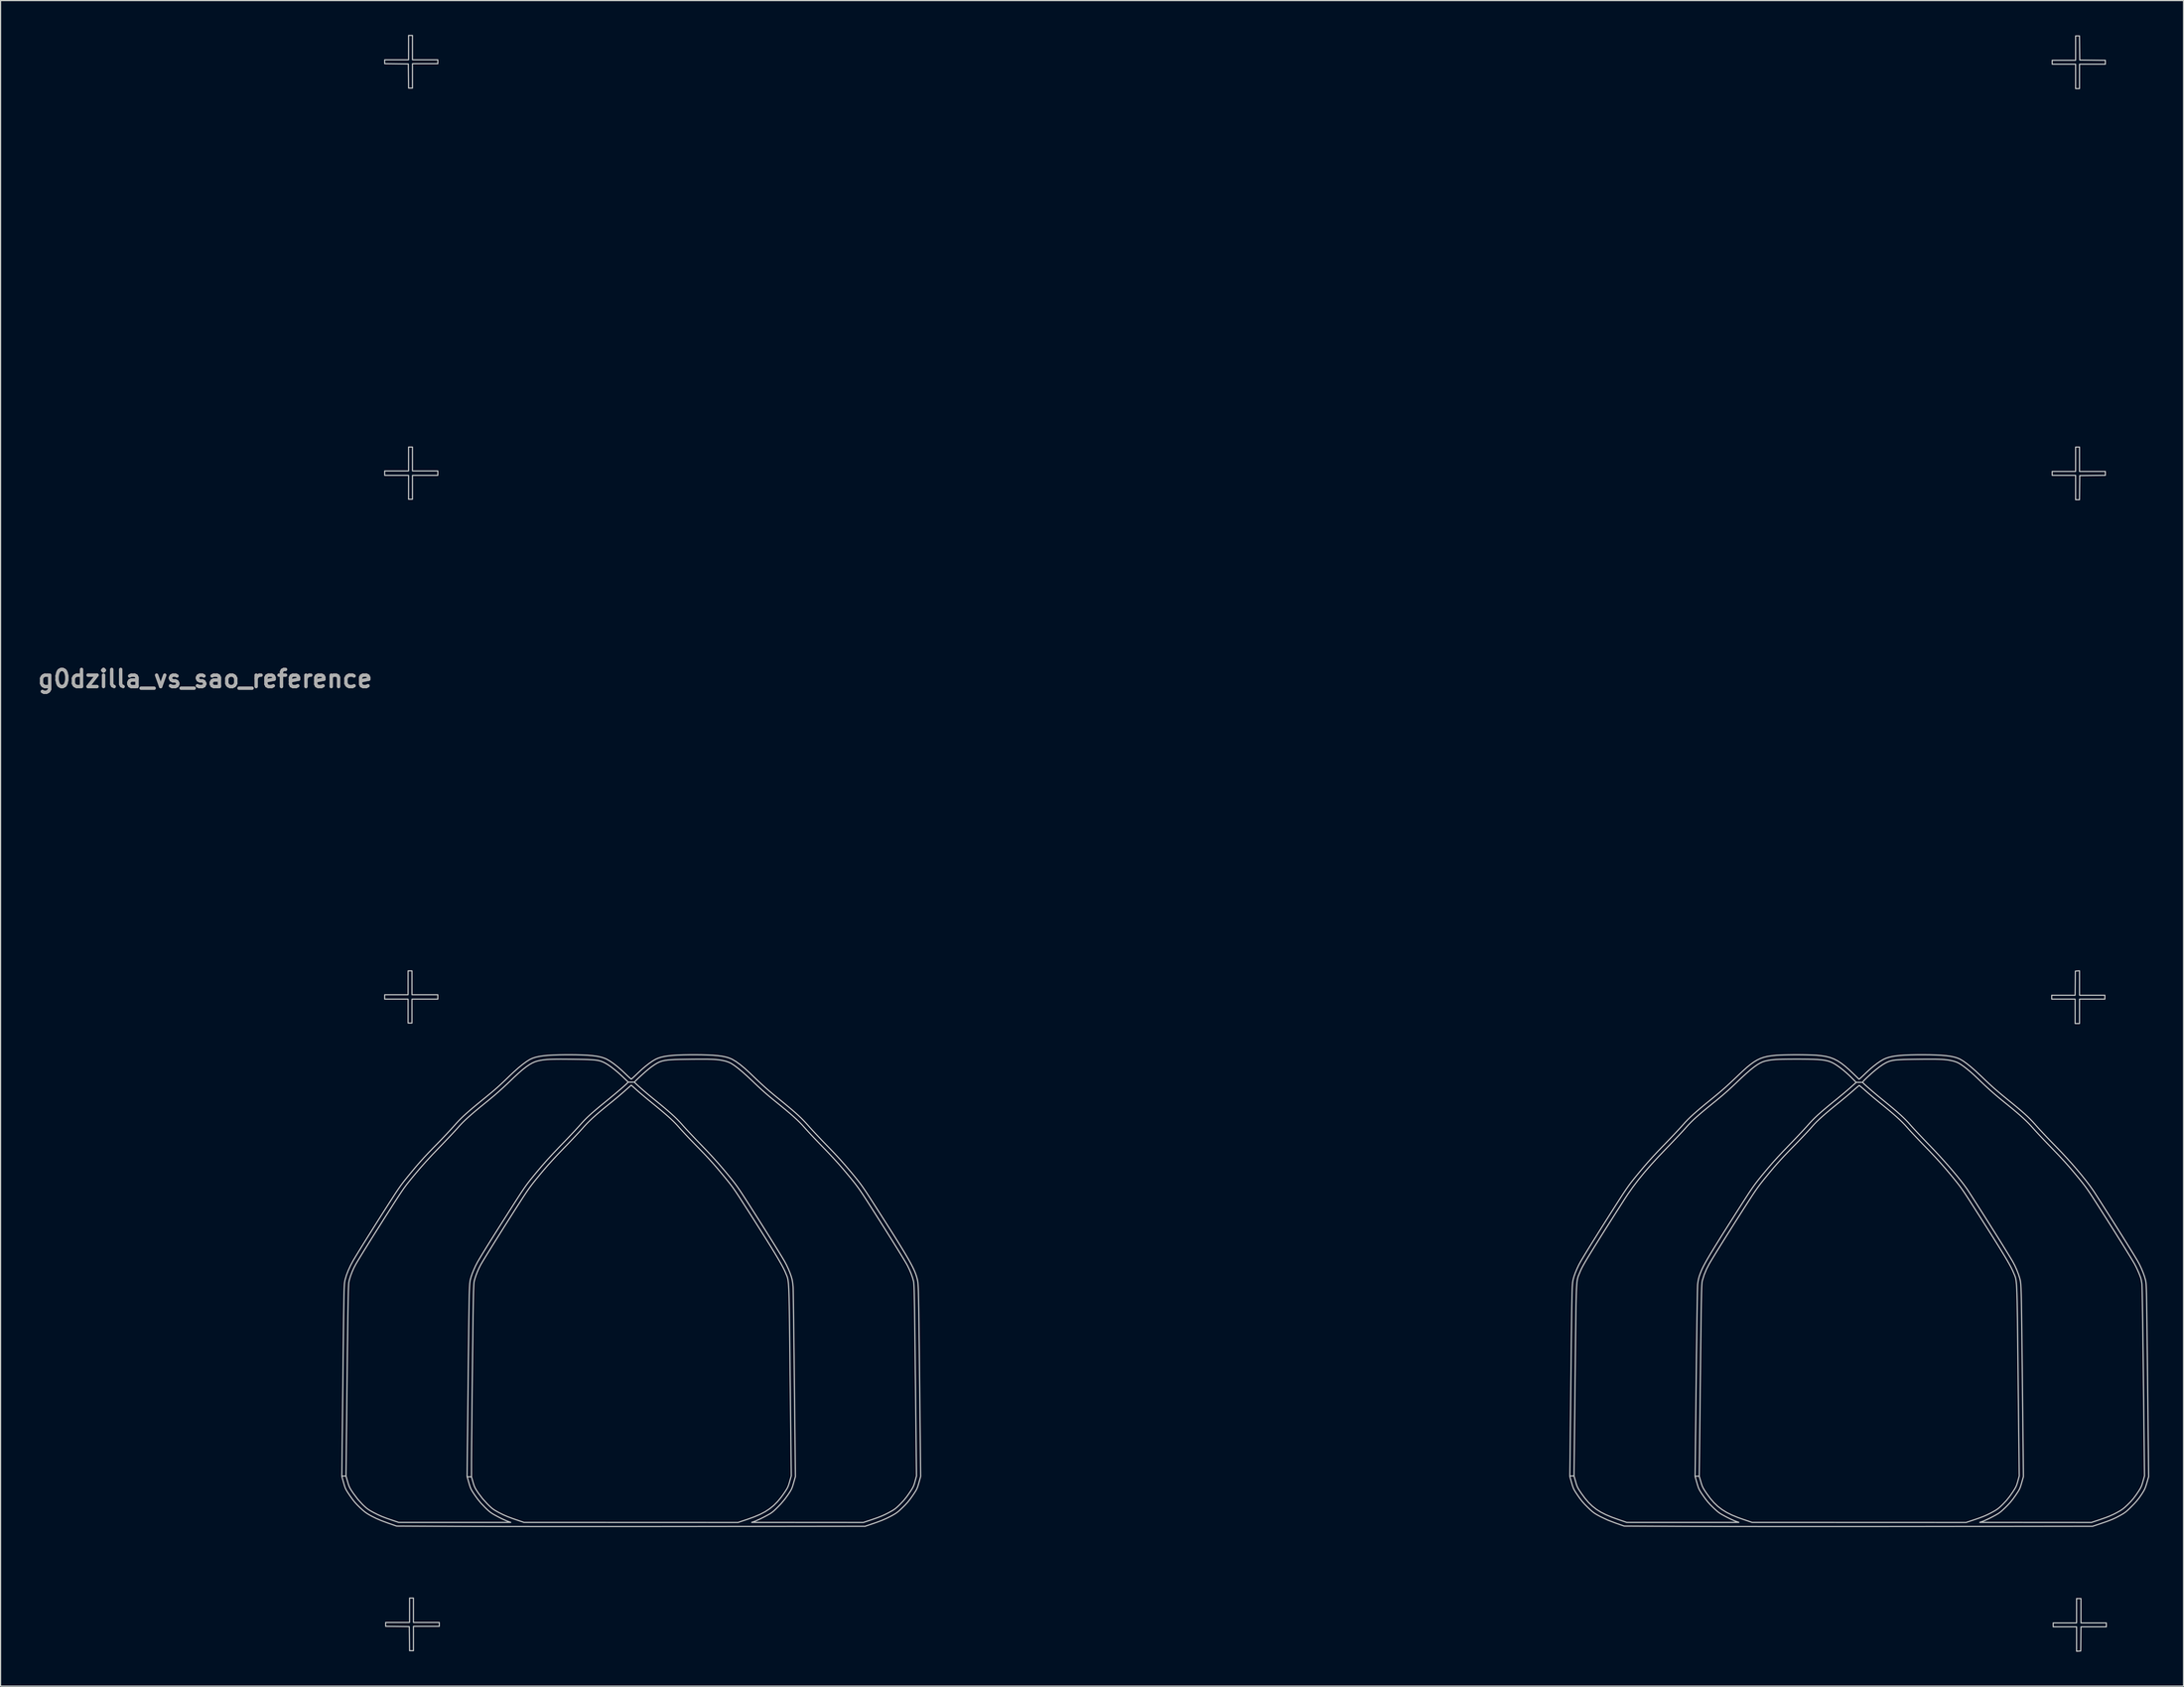
<source format=kicad_pcb>
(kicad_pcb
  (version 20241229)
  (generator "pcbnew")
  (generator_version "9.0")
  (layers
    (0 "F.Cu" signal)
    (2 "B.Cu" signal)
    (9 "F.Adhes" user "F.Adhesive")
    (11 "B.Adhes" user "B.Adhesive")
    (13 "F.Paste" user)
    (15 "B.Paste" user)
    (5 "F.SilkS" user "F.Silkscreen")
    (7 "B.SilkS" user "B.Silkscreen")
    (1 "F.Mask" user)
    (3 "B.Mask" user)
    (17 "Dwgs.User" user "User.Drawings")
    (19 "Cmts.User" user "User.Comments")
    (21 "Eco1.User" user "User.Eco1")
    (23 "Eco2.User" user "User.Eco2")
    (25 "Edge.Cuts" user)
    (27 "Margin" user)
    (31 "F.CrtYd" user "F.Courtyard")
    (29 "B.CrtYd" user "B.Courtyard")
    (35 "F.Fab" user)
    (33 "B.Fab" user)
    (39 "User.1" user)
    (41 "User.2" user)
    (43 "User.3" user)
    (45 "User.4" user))
  (footprint "g0dzilla_vs_sao_reference"
    (layer "F.Cu")
    (at 105.497 74.116)
    (property "Reference" "g0dzilla_vs_sao_reference" (at -90.59 -17.75 0) (layer "F.Fab") (effects (font (size 1.5 1.5) (thickness 0.3))))
    (attr board_only exclude_from_pos_files exclude_from_bom)
    (fp_poly (pts (xy -72.486 8.858) (xy -72.486 9.904) (xy -71.355 9.904) (xy -70.224 9.904) (xy -70.224 10.096) (xy -70.224 10.288) (xy -71.355 10.288) (xy -72.486 10.288) (xy -72.486 11.334) (xy -72.486 12.38) (xy -72.657 12.38) (xy -72.828 12.38) (xy -72.828 11.334) (xy -72.828 10.288) (xy -73.852 10.288) (xy -74.877 10.288) (xy -74.877 10.096) (xy -74.877 9.904) (xy -73.852 9.904) (xy -72.828 9.904) (xy -72.828 8.858) (xy -72.828 7.812) (xy -72.657 7.812) (xy -72.486 7.812)) (stroke (width 0.1) (type solid)) (fill no) (layer "Dwgs.User"))
    (fp_poly (pts (xy -72.443 -72.998) (xy -72.443 -71.931) (xy -71.333 -71.931) (xy -70.224 -71.931) (xy -70.224 -71.76) (xy -70.224 -71.59) (xy -71.333 -71.59) (xy -72.443 -71.59) (xy -72.443 -70.522) (xy -72.443 -69.455) (xy -72.613 -69.455) (xy -72.783 -69.455) (xy -72.795 -70.512) (xy -72.806 -71.568) (xy -73.841 -71.58) (xy -74.877 -71.591) (xy -74.877 -71.761) (xy -74.877 -71.931) (xy -73.831 -71.931) (xy -72.785 -71.931) (xy -72.785 -72.998) (xy -72.785 -74.066) (xy -72.614 -74.066) (xy -72.443 -74.066)) (stroke (width 0.1) (type solid)) (fill no) (layer "Dwgs.User"))
    (fp_poly (pts (xy -72.443 -36.99) (xy -72.443 -35.944) (xy -71.333 -35.944) (xy -70.224 -35.944) (xy -70.224 -35.752) (xy -70.224 -35.56) (xy -71.333 -35.56) (xy -72.443 -35.56) (xy -72.443 -34.514) (xy -72.443 -33.468) (xy -72.614 -33.468) (xy -72.785 -33.468) (xy -72.785 -34.514) (xy -72.785 -35.56) (xy -73.831 -35.56) (xy -74.877 -35.56) (xy -74.877 -35.752) (xy -74.877 -35.944) (xy -73.831 -35.944) (xy -72.785 -35.944) (xy -72.785 -36.99) (xy -72.785 -38.036) (xy -72.614 -38.036) (xy -72.443 -38.036)) (stroke (width 0.1) (type solid)) (fill no) (layer "Dwgs.User"))
    (fp_poly (pts (xy -72.358 63.777) (xy -72.358 64.845) (xy -71.227 64.845) (xy -70.095 64.845) (xy -70.095 65.015) (xy -70.095 65.186) (xy -71.227 65.186) (xy -72.358 65.186) (xy -72.358 66.253) (xy -72.358 67.321) (xy -72.528 67.321) (xy -72.698 67.321) (xy -72.709 66.264) (xy -72.721 65.208) (xy -73.756 65.196) (xy -74.791 65.185) (xy -74.791 65.015) (xy -74.791 64.845) (xy -73.745 64.845) (xy -72.699 64.845) (xy -72.699 63.777) (xy -72.699 62.71) (xy -72.529 62.71) (xy -72.358 62.71)) (stroke (width 0.1) (type solid)) (fill no) (layer "Dwgs.User"))
    (fp_poly (pts (xy 73.468 -36.969) (xy 73.468 -35.902) (xy 74.599 -35.902) (xy 75.73 -35.902) (xy 75.73 -35.731) (xy 75.73 -35.561) (xy 74.61 -35.55) (xy 73.489 -35.539) (xy 73.478 -34.482) (xy 73.466 -33.426) (xy 73.296 -33.426) (xy 73.126 -33.426) (xy 73.126 -34.493) (xy 73.126 -35.56) (xy 72.102 -35.56) (xy 71.077 -35.56) (xy 71.077 -35.731) (xy 71.077 -35.902) (xy 72.102 -35.902) (xy 73.126 -35.902) (xy 73.126 -36.969) (xy 73.126 -38.036) (xy 73.297 -38.036) (xy 73.468 -38.036)) (stroke (width 0.1) (type solid)) (fill no) (layer "Dwgs.User"))
    (fp_poly (pts (xy 73.468 8.877) (xy 73.468 9.947) (xy 74.578 9.947) (xy 75.688 9.947) (xy 75.688 10.117) (xy 75.688 10.288) (xy 74.578 10.288) (xy 73.468 10.288) (xy 73.468 11.355) (xy 73.468 12.423) (xy 73.276 12.423) (xy 73.084 12.423) (xy 73.084 11.355) (xy 73.084 10.288) (xy 72.059 10.288) (xy 71.035 10.288) (xy 71.035 10.117) (xy 71.035 9.947) (xy 72.058 9.947) (xy 73.082 9.947) (xy 73.094 8.89) (xy 73.105 7.833) (xy 73.286 7.82) (xy 73.468 7.807)) (stroke (width 0.1) (type solid)) (fill no) (layer "Dwgs.User"))
    (fp_poly (pts (xy 73.478 -72.966) (xy 73.489 -71.91) (xy 74.61 -71.898) (xy 75.73 -71.887) (xy 75.73 -71.717) (xy 75.73 -71.547) (xy 74.599 -71.547) (xy 73.468 -71.547) (xy 73.468 -70.48) (xy 73.468 -69.412) (xy 73.297 -69.412) (xy 73.126 -69.412) (xy 73.126 -70.48) (xy 73.126 -71.547) (xy 72.102 -71.547) (xy 71.077 -71.547) (xy 71.077 -71.718) (xy 71.077 -71.888) (xy 72.102 -71.888) (xy 73.126 -71.888) (xy 73.126 -72.956) (xy 73.126 -74.023) (xy 73.296 -74.023) (xy 73.466 -74.023)) (stroke (width 0.1) (type solid)) (fill no) (layer "Dwgs.User"))
    (fp_poly (pts (xy 73.596 63.82) (xy 73.596 64.887) (xy 74.706 64.887) (xy 75.816 64.887) (xy 75.816 65.058) (xy 75.816 65.229) (xy 74.707 65.229) (xy 73.597 65.229) (xy 73.586 66.285) (xy 73.575 67.342) (xy 73.393 67.355) (xy 73.212 67.368) (xy 73.212 66.299) (xy 73.212 65.229) (xy 72.187 65.229) (xy 71.163 65.229) (xy 71.163 65.058) (xy 71.163 64.887) (xy 72.187 64.887) (xy 73.212 64.887) (xy 73.212 63.82) (xy 73.212 62.753) (xy 73.404 62.753) (xy 73.596 62.753)) (stroke (width 0.1) (type solid)) (fill no) (layer "Dwgs.User"))
    (fp_poly (pts (xy 60.316 15.159) (xy 60.875 15.174) (xy 61.362 15.199) (xy 61.783 15.235) (xy 62.146 15.283) (xy 62.456 15.344) (xy 62.72 15.419) (xy 62.944 15.508) (xy 63.001 15.535) (xy 63.273 15.694) (xy 63.592 15.921) (xy 63.957 16.213) (xy 64.364 16.568) (xy 64.811 16.984) (xy 64.89 17.059) (xy 65.234 17.389) (xy 65.543 17.679) (xy 65.834 17.945) (xy 66.122 18.2) (xy 66.425 18.459) (xy 66.759 18.738) (xy 67.141 19.05) (xy 67.235 19.126) (xy 67.678 19.488) (xy 68.062 19.806) (xy 68.393 20.088) (xy 68.682 20.343) (xy 68.936 20.579) (xy 69.163 20.801) (xy 69.374 21.02) (xy 69.575 21.242) (xy 69.659 21.339) (xy 69.817 21.517) (xy 70.024 21.744) (xy 70.27 22.007) (xy 70.542 22.296) (xy 70.83 22.598) (xy 71.124 22.901) (xy 71.375 23.159) (xy 71.855 23.655) (xy 72.33 24.166) (xy 72.793 24.681) (xy 73.235 25.192) (xy 73.65 25.689) (xy 74.029 26.162) (xy 74.364 26.602) (xy 74.647 27) (xy 74.775 27.193) (xy 75.219 27.885) (xy 75.652 28.563) (xy 76.072 29.222) (xy 76.474 29.856) (xy 76.855 30.459) (xy 77.211 31.026) (xy 77.54 31.552) (xy 77.837 32.03) (xy 78.099 32.455) (xy 78.323 32.822) (xy 78.505 33.125) (xy 78.558 33.216) (xy 78.723 33.52) (xy 78.883 33.859) (xy 79.029 34.21) (xy 79.15 34.546) (xy 79.237 34.844) (xy 79.254 34.92) (xy 79.263 34.965) (xy 79.272 35.011) (xy 79.28 35.063) (xy 79.287 35.123) (xy 79.294 35.194) (xy 79.301 35.281) (xy 79.307 35.386) (xy 79.313 35.514) (xy 79.319 35.666) (xy 79.324 35.848) (xy 79.33 36.061) (xy 79.336 36.311) (xy 79.341 36.599) (xy 79.347 36.93) (xy 79.353 37.306) (xy 79.359 37.732) (xy 79.365 38.211) (xy 79.372 38.745) (xy 79.379 39.339) (xy 79.387 39.996) (xy 79.396 40.719) (xy 79.405 41.512) (xy 79.414 42.378) (xy 79.425 43.32) (xy 79.436 44.342) (xy 79.443 45.004) (xy 79.52 52.078) (xy 79.361 52.63) (xy 79.291 52.863) (xy 79.227 53.046) (xy 79.159 53.204) (xy 79.072 53.363) (xy 78.956 53.55) (xy 78.866 53.687) (xy 78.673 53.963) (xy 78.471 54.217) (xy 78.239 54.476) (xy 78.006 54.713) (xy 77.805 54.911) (xy 77.643 55.062) (xy 77.501 55.181) (xy 77.359 55.282) (xy 77.199 55.382) (xy 77 55.494) (xy 76.916 55.54) (xy 76.661 55.674) (xy 76.409 55.792) (xy 76.139 55.904) (xy 75.828 56.02) (xy 75.48 56.14) (xy 74.61 56.432) (xy 59.706 56.448) (xy 58.517 56.449) (xy 57.318 56.45) (xy 56.114 56.451) (xy 54.911 56.452) (xy 53.712 56.452) (xy 52.523 56.453) (xy 51.349 56.453) (xy 50.194 56.453) (xy 49.063 56.452) (xy 47.961 56.452) (xy 46.893 56.452) (xy 45.863 56.451) (xy 44.876 56.45) (xy 43.938 56.449) (xy 43.052 56.448) (xy 42.224 56.447) (xy 41.459 56.445) (xy 40.76 56.444) (xy 40.134 56.442) (xy 39.584 56.44) (xy 39.21 56.439) (xy 33.618 56.414) (xy 32.862 56.15) (xy 32.163 55.882) (xy 31.545 55.589) (xy 31.517 55.574) (xy 31.284 55.448) (xy 31.102 55.342) (xy 30.949 55.239) (xy 30.804 55.125) (xy 30.645 54.983) (xy 30.451 54.797) (xy 30.429 54.776) (xy 30.158 54.502) (xy 29.929 54.244) (xy 29.717 53.97) (xy 29.549 53.73) (xy 29.401 53.511) (xy 29.293 53.34) (xy 29.212 53.195) (xy 29.15 53.056) (xy 29.094 52.899) (xy 29.035 52.704) (xy 29.012 52.623) (xy 28.856 52.077) (xy 28.856 52.026) (xy 29.224 52.026) (xy 29.363 52.523) (xy 29.42 52.72) (xy 29.473 52.877) (xy 29.532 53.015) (xy 29.607 53.154) (xy 29.709 53.316) (xy 29.849 53.522) (xy 29.877 53.564) (xy 30.186 53.984) (xy 30.497 54.348) (xy 30.824 54.664) (xy 31.177 54.942) (xy 31.569 55.189) (xy 32.013 55.415) (xy 32.52 55.628) (xy 32.999 55.802) (xy 33.831 56.088) (xy 38.74 56.087) (xy 43.65 56.087) (xy 43.366 55.988) (xy 43.225 55.932) (xy 43.032 55.845) (xy 42.807 55.738) (xy 42.574 55.62) (xy 42.491 55.577) (xy 42.252 55.448) (xy 42.065 55.34) (xy 41.908 55.235) (xy 41.758 55.116) (xy 41.591 54.968) (xy 41.408 54.796) (xy 41.147 54.536) (xy 40.927 54.29) (xy 40.72 54.028) (xy 40.528 53.758) (xy 40.38 53.54) (xy 40.271 53.37) (xy 40.19 53.228) (xy 40.127 53.092) (xy 40.073 52.94) (xy 40.015 52.753) (xy 39.979 52.628) (xy 39.819 52.065) (xy 39.819 52.047) (xy 40.184 52.047) (xy 40.324 52.533) (xy 40.382 52.727) (xy 40.436 52.883) (xy 40.498 53.022) (xy 40.576 53.166) (xy 40.683 53.335) (xy 40.828 53.55) (xy 40.846 53.576) (xy 41.156 53.997) (xy 41.473 54.363) (xy 41.809 54.683) (xy 42.176 54.965) (xy 42.585 55.217) (xy 43.049 55.448) (xy 43.577 55.665) (xy 44.006 55.817) (xy 44.802 56.087) (xy 54.174 56.09) (xy 63.545 56.093) (xy 64.358 55.822) (xy 64.756 55.683) (xy 65.096 55.551) (xy 65.403 55.415) (xy 65.703 55.265) (xy 65.744 55.243) (xy 65.983 55.112) (xy 66.168 55.002) (xy 66.322 54.895) (xy 66.469 54.774) (xy 66.633 54.622) (xy 66.757 54.5) (xy 67.065 54.175) (xy 67.343 53.831) (xy 67.568 53.511) (xy 67.715 53.289) (xy 67.822 53.117) (xy 67.901 52.972) (xy 67.96 52.834) (xy 68.011 52.682) (xy 68.064 52.496) (xy 68.066 52.489) (xy 68.192 52.023) (xy 68.097 43.653) (xy 68.086 42.641) (xy 68.076 41.71) (xy 68.066 40.858) (xy 68.058 40.08) (xy 68.049 39.373) (xy 68.041 38.732) (xy 68.034 38.155) (xy 68.026 37.637) (xy 68.018 37.175) (xy 68.01 36.765) (xy 68.001 36.403) (xy 67.992 36.086) (xy 67.982 35.81) (xy 67.971 35.572) (xy 67.959 35.367) (xy 67.946 35.191) (xy 67.931 35.042) (xy 67.915 34.916) (xy 67.897 34.808) (xy 67.877 34.715) (xy 67.855 34.634) (xy 67.831 34.561) (xy 67.805 34.491) (xy 67.776 34.422) (xy 67.744 34.349) (xy 67.709 34.269) (xy 67.686 34.215) (xy 67.63 34.084) (xy 67.562 33.94) (xy 67.482 33.78) (xy 67.386 33.6) (xy 67.272 33.395) (xy 67.138 33.162) (xy 66.982 32.897) (xy 66.8 32.596) (xy 66.59 32.254) (xy 66.351 31.867) (xy 66.079 31.433) (xy 65.772 30.946) (xy 65.428 30.402) (xy 65.044 29.799) (xy 64.618 29.13) (xy 64.253 28.559) (xy 63.99 28.148) (xy 63.765 27.799) (xy 63.572 27.502) (xy 63.402 27.246) (xy 63.249 27.022) (xy 63.106 26.819) (xy 62.965 26.627) (xy 62.818 26.436) (xy 62.66 26.236) (xy 62.482 26.016) (xy 62.277 25.766) (xy 62.186 25.656) (xy 61.749 25.137) (xy 61.308 24.633) (xy 60.845 24.125) (xy 60.343 23.594) (xy 60.064 23.306) (xy 59.779 23.012) (xy 59.492 22.712) (xy 59.213 22.419) (xy 58.953 22.143) (xy 58.722 21.895) (xy 58.531 21.686) (xy 58.392 21.53) (xy 58.195 21.311) (xy 57.979 21.087) (xy 57.739 20.853) (xy 57.465 20.601) (xy 57.151 20.325) (xy 56.79 20.018) (xy 56.373 19.674) (xy 55.965 19.342) (xy 55.71 19.133) (xy 55.435 18.905) (xy 55.163 18.675) (xy 54.916 18.464) (xy 54.739 18.309) (xy 54.563 18.153) (xy 54.408 18.02) (xy 54.287 17.918) (xy 54.211 17.857) (xy 54.19 17.844) (xy 54.151 17.871) (xy 54.06 17.945) (xy 53.927 18.058) (xy 53.765 18.199) (xy 53.645 18.304) (xy 53.437 18.486) (xy 53.184 18.702) (xy 52.911 18.931) (xy 52.64 19.156) (xy 52.444 19.316) (xy 51.983 19.69) (xy 51.584 20.02) (xy 51.24 20.311) (xy 50.943 20.57) (xy 50.688 20.803) (xy 50.466 21.015) (xy 50.271 21.215) (xy 50.097 21.407) (xy 50.027 21.487) (xy 49.895 21.637) (xy 49.712 21.838) (xy 49.489 22.078) (xy 49.235 22.346) (xy 48.961 22.633) (xy 48.677 22.927) (xy 48.392 23.218) (xy 48.387 23.223) (xy 47.98 23.64) (xy 47.62 24.017) (xy 47.292 24.371) (xy 46.981 24.719) (xy 46.67 25.078) (xy 46.344 25.466) (xy 46.231 25.604) (xy 46.019 25.862) (xy 45.835 26.087) (xy 45.672 26.29) (xy 45.525 26.479) (xy 45.385 26.664) (xy 45.247 26.854) (xy 45.104 27.059) (xy 44.95 27.287) (xy 44.778 27.547) (xy 44.581 27.85) (xy 44.352 28.205) (xy 44.086 28.62) (xy 44.021 28.72) (xy 43.67 29.271) (xy 43.321 29.819) (xy 42.98 30.357) (xy 42.651 30.878) (xy 42.339 31.375) (xy 42.047 31.842) (xy 41.78 32.272) (xy 41.543 32.656) (xy 41.34 32.99) (xy 41.174 33.265) (xy 41.06 33.459) (xy 40.816 33.929) (xy 40.613 34.419) (xy 40.465 34.894) (xy 40.464 34.898) (xy 40.454 34.941) (xy 40.444 34.987) (xy 40.435 35.04) (xy 40.427 35.103) (xy 40.42 35.181) (xy 40.412 35.276) (xy 40.406 35.393) (xy 40.399 35.536) (xy 40.393 35.707) (xy 40.387 35.91) (xy 40.381 36.15) (xy 40.375 36.43) (xy 40.368 36.753) (xy 40.362 37.123) (xy 40.356 37.545) (xy 40.349 38.02) (xy 40.342 38.554) (xy 40.334 39.149) (xy 40.326 39.81) (xy 40.317 40.54) (xy 40.307 41.343) (xy 40.297 42.222) (xy 40.286 43.182) (xy 40.281 43.643) (xy 40.184 52.047) (xy 39.819 52.047) (xy 39.912 43.802) (xy 39.922 42.964) (xy 39.931 42.146) (xy 39.941 41.353) (xy 39.951 40.589) (xy 39.961 39.858) (xy 39.97 39.164) (xy 39.979 38.512) (xy 39.988 37.907) (xy 39.997 37.352) (xy 40.005 36.852) (xy 40.013 36.41) (xy 40.02 36.033) (xy 40.027 35.722) (xy 40.033 35.484) (xy 40.038 35.323) (xy 40.043 35.242) (xy 40.043 35.238) (xy 40.079 34.987) (xy 40.121 34.773) (xy 40.177 34.568) (xy 40.255 34.343) (xy 40.362 34.071) (xy 40.365 34.065) (xy 40.43 33.915) (xy 40.513 33.742) (xy 40.617 33.542) (xy 40.742 33.311) (xy 40.892 33.047) (xy 41.069 32.745) (xy 41.274 32.402) (xy 41.51 32.014) (xy 41.78 31.578) (xy 42.084 31.089) (xy 42.427 30.545) (xy 42.809 29.941) (xy 43.233 29.275) (xy 43.702 28.541) (xy 43.836 28.332) (xy 44.099 27.922) (xy 44.324 27.574) (xy 44.517 27.277) (xy 44.688 27.021) (xy 44.842 26.796) (xy 44.988 26.591) (xy 45.133 26.395) (xy 45.284 26.199) (xy 45.448 25.991) (xy 45.634 25.762) (xy 45.848 25.502) (xy 45.873 25.472) (xy 46.266 25.003) (xy 46.658 24.551) (xy 47.068 24.098) (xy 47.51 23.625) (xy 47.996 23.12) (xy 48.285 22.822) (xy 48.576 22.518) (xy 48.86 22.22) (xy 49.126 21.937) (xy 49.364 21.682) (xy 49.562 21.465) (xy 49.711 21.298) (xy 49.711 21.298) (xy 49.906 21.081) (xy 50.107 20.868) (xy 50.323 20.653) (xy 50.563 20.428) (xy 50.836 20.185) (xy 51.149 19.916) (xy 51.51 19.614) (xy 51.929 19.271) (xy 52.09 19.141) (xy 52.353 18.926) (xy 52.632 18.695) (xy 52.907 18.464) (xy 53.158 18.25) (xy 53.366 18.07) (xy 53.397 18.042) (xy 53.923 17.575) (xy 53.918 17.57) (xy 54.497 17.57) (xy 54.509 17.603) (xy 54.516 17.612) (xy 54.587 17.685) (xy 54.714 17.803) (xy 54.887 17.959) (xy 55.097 18.142) (xy 55.332 18.345) (xy 55.585 18.559) (xy 55.843 18.776) (xy 56.098 18.986) (xy 56.243 19.104) (xy 56.711 19.485) (xy 57.117 19.822) (xy 57.469 20.123) (xy 57.774 20.393) (xy 58.038 20.639) (xy 58.27 20.868) (xy 58.476 21.085) (xy 58.627 21.255) (xy 58.763 21.409) (xy 58.948 21.612) (xy 59.174 21.856) (xy 59.431 22.129) (xy 59.708 22.42) (xy 59.995 22.721) (xy 60.283 23.019) (xy 60.316 23.052) (xy 60.745 23.5) (xy 61.175 23.962) (xy 61.599 24.429) (xy 62.009 24.893) (xy 62.397 25.346) (xy 62.758 25.778) (xy 63.083 26.182) (xy 63.365 26.549) (xy 63.597 26.869) (xy 63.706 27.032) (xy 63.977 27.449) (xy 64.266 27.899) (xy 64.569 28.372) (xy 64.881 28.863) (xy 65.199 29.363) (xy 65.517 29.865) (xy 65.83 30.362) (xy 66.135 30.846) (xy 66.426 31.311) (xy 66.699 31.748) (xy 66.949 32.151) (xy 67.171 32.512) (xy 67.362 32.824) (xy 67.516 33.079) (xy 67.629 33.27) (xy 67.635 33.282) (xy 67.811 33.616) (xy 67.978 33.986) (xy 68.123 34.36) (xy 68.234 34.707) (xy 68.262 34.813) (xy 68.275 34.868) (xy 68.287 34.925) (xy 68.298 34.986) (xy 68.308 35.055) (xy 68.318 35.135) (xy 68.327 35.231) (xy 68.335 35.345) (xy 68.343 35.482) (xy 68.351 35.645) (xy 68.358 35.837) (xy 68.365 36.061) (xy 68.371 36.323) (xy 68.378 36.624) (xy 68.385 36.968) (xy 68.391 37.36) (xy 68.398 37.803) (xy 68.405 38.299) (xy 68.412 38.854) (xy 68.42 39.469) (xy 68.428 40.15) (xy 68.437 40.898) (xy 68.446 41.719) (xy 68.456 42.615) (xy 68.467 43.59) (xy 68.476 44.429) (xy 68.559 52.082) (xy 68.404 52.626) (xy 68.342 52.837) (xy 68.287 53.003) (xy 68.229 53.144) (xy 68.157 53.283) (xy 68.06 53.44) (xy 67.929 53.637) (xy 67.863 53.735) (xy 67.634 54.056) (xy 67.409 54.334) (xy 67.159 54.605) (xy 66.983 54.781) (xy 66.785 54.97) (xy 66.625 55.115) (xy 66.48 55.23) (xy 66.329 55.332) (xy 66.149 55.438) (xy 65.92 55.562) (xy 65.893 55.576) (xy 65.662 55.695) (xy 65.433 55.807) (xy 65.226 55.903) (xy 65.064 55.972) (xy 65.018 55.989) (xy 64.738 56.087) (xy 69.627 56.09) (xy 74.516 56.093) (xy 75.326 55.822) (xy 75.752 55.673) (xy 76.117 55.529) (xy 76.446 55.38) (xy 76.687 55.257) (xy 76.93 55.123) (xy 77.122 55.006) (xy 77.289 54.887) (xy 77.456 54.747) (xy 77.652 54.566) (xy 77.69 54.529) (xy 77.95 54.267) (xy 78.174 54.01) (xy 78.389 53.725) (xy 78.512 53.547) (xy 78.658 53.327) (xy 78.766 53.154) (xy 78.845 53.008) (xy 78.907 52.866) (xy 78.961 52.706) (xy 79.019 52.508) (xy 79.019 52.508) (xy 79.156 52.017) (xy 79.063 43.752) (xy 79.054 42.914) (xy 79.044 42.098) (xy 79.034 41.306) (xy 79.024 40.544) (xy 79.015 39.815) (xy 79.005 39.124) (xy 78.996 38.476) (xy 78.987 37.873) (xy 78.978 37.322) (xy 78.97 36.825) (xy 78.962 36.388) (xy 78.955 36.014) (xy 78.948 35.708) (xy 78.943 35.473) (xy 78.937 35.316) (xy 78.933 35.239) (xy 78.933 35.235) (xy 78.906 35.068) (xy 78.879 34.909) (xy 78.865 34.834) (xy 78.822 34.681) (xy 78.747 34.473) (xy 78.648 34.23) (xy 78.535 33.973) (xy 78.416 33.721) (xy 78.299 33.496) (xy 78.241 33.394) (xy 78.092 33.145) (xy 77.902 32.831) (xy 77.675 32.463) (xy 77.418 32.046) (xy 77.134 31.59) (xy 76.828 31.103) (xy 76.507 30.591) (xy 76.174 30.065) (xy 75.835 29.53) (xy 75.495 28.996) (xy 75.294 28.681) (xy 75.022 28.256) (xy 74.788 27.894) (xy 74.588 27.585) (xy 74.413 27.32) (xy 74.257 27.089) (xy 74.114 26.883) (xy 73.977 26.693) (xy 73.838 26.51) (xy 73.693 26.323) (xy 73.533 26.123) (xy 73.352 25.902) (xy 73.144 25.65) (xy 72.659 25.075) (xy 72.174 24.525) (xy 71.664 23.974) (xy 71.109 23.397) (xy 71.106 23.394) (xy 70.823 23.102) (xy 70.531 22.799) (xy 70.244 22.497) (xy 69.973 22.209) (xy 69.731 21.948) (xy 69.529 21.727) (xy 69.427 21.613) (xy 69.221 21.384) (xy 69.011 21.162) (xy 68.79 20.941) (xy 68.548 20.713) (xy 68.278 20.469) (xy 67.971 20.203) (xy 67.618 19.906) (xy 67.211 19.571) (xy 66.899 19.319) (xy 66.417 18.924) (xy 65.982 18.554) (xy 65.569 18.19) (xy 65.156 17.81) (xy 64.72 17.394) (xy 64.546 17.225) (xy 64.228 16.924) (xy 63.907 16.64) (xy 63.594 16.381) (xy 63.303 16.158) (xy 63.044 15.979) (xy 62.838 15.859) (xy 62.682 15.792) (xy 62.491 15.729) (xy 62.364 15.695) (xy 62.186 15.656) (xy 62.013 15.624) (xy 61.835 15.599) (xy 61.642 15.578) (xy 61.425 15.563) (xy 61.174 15.553) (xy 60.881 15.546) (xy 60.534 15.544) (xy 60.125 15.544) (xy 59.645 15.547) (xy 59.423 15.549) (xy 58.906 15.555) (xy 58.465 15.562) (xy 58.093 15.572) (xy 57.781 15.585) (xy 57.519 15.602) (xy 57.3 15.625) (xy 57.115 15.653) (xy 56.956 15.689) (xy 56.813 15.732) (xy 56.679 15.785) (xy 56.544 15.847) (xy 56.497 15.871) (xy 56.251 16.014) (xy 55.962 16.215) (xy 55.641 16.464) (xy 55.3 16.753) (xy 54.961 17.062) (xy 54.773 17.24) (xy 54.64 17.371) (xy 54.555 17.463) (xy 54.51 17.526) (xy 54.497 17.57) (xy 53.918 17.57) (xy 53.482 17.13) (xy 53.272 16.927) (xy 53.029 16.708) (xy 52.783 16.498) (xy 52.572 16.331) (xy 52.356 16.171) (xy 52.158 16.035) (xy 51.969 15.92) (xy 51.78 15.824) (xy 51.582 15.745) (xy 51.368 15.683) (xy 51.128 15.634) (xy 50.854 15.598) (xy 50.538 15.573) (xy 50.169 15.556) (xy 49.741 15.546) (xy 49.244 15.541) (xy 48.708 15.54) (xy 48.218 15.541) (xy 47.802 15.544) (xy 47.451 15.549) (xy 47.155 15.558) (xy 46.903 15.57) (xy 46.685 15.587) (xy 46.49 15.608) (xy 46.309 15.636) (xy 46.131 15.67) (xy 45.962 15.707) (xy 45.747 15.774) (xy 45.513 15.881) (xy 45.257 16.033) (xy 44.972 16.234) (xy 44.653 16.488) (xy 44.293 16.798) (xy 43.889 17.169) (xy 43.696 17.352) (xy 43.344 17.687) (xy 43.037 17.975) (xy 42.763 18.228) (xy 42.505 18.459) (xy 42.25 18.681) (xy 41.984 18.906) (xy 41.692 19.148) (xy 41.359 19.418) (xy 41.332 19.44) (xy 40.891 19.799) (xy 40.509 20.116) (xy 40.181 20.396) (xy 39.895 20.648) (xy 39.646 20.88) (xy 39.424 21.098) (xy 39.221 21.31) (xy 39.028 21.525) (xy 39.019 21.535) (xy 38.878 21.693) (xy 38.687 21.902) (xy 38.456 22.149) (xy 38.197 22.425) (xy 37.917 22.719) (xy 37.629 23.02) (xy 37.342 23.316) (xy 37.331 23.328) (xy 36.623 24.069) (xy 35.98 24.772) (xy 35.398 25.443) (xy 34.869 26.09) (xy 34.388 26.721) (xy 33.949 27.342) (xy 33.653 27.791) (xy 33.284 28.368) (xy 32.956 28.88) (xy 32.665 29.337) (xy 32.405 29.744) (xy 32.172 30.111) (xy 31.961 30.444) (xy 31.767 30.751) (xy 31.585 31.04) (xy 31.411 31.318) (xy 31.239 31.594) (xy 31.064 31.874) (xy 31.029 31.931) (xy 30.768 32.353) (xy 30.548 32.71) (xy 30.365 33.012) (xy 30.214 33.267) (xy 30.09 33.482) (xy 29.988 33.665) (xy 29.904 33.826) (xy 29.833 33.972) (xy 29.771 34.111) (xy 29.728 34.215) (xy 29.692 34.303) (xy 29.658 34.38) (xy 29.628 34.452) (xy 29.6 34.522) (xy 29.574 34.593) (xy 29.551 34.67) (xy 29.53 34.755) (xy 29.511 34.853) (xy 29.493 34.968) (xy 29.478 35.102) (xy 29.464 35.261) (xy 29.451 35.446) (xy 29.44 35.663) (xy 29.429 35.915) (xy 29.42 36.205) (xy 29.411 36.538) (xy 29.402 36.917) (xy 29.394 37.345) (xy 29.387 37.827) (xy 29.379 38.366) (xy 29.371 38.965) (xy 29.363 39.63) (xy 29.355 40.362) (xy 29.346 41.166) (xy 29.336 42.046) (xy 29.325 43.006) (xy 29.318 43.654) (xy 29.224 52.026) (xy 28.856 52.026) (xy 28.94 44.342) (xy 28.951 43.307) (xy 28.962 42.354) (xy 28.972 41.479) (xy 28.981 40.679) (xy 28.989 39.95) (xy 28.997 39.288) (xy 29.005 38.69) (xy 29.012 38.153) (xy 29.019 37.673) (xy 29.026 37.246) (xy 29.033 36.868) (xy 29.039 36.537) (xy 29.046 36.248) (xy 29.052 35.998) (xy 29.059 35.783) (xy 29.066 35.6) (xy 29.073 35.446) (xy 29.081 35.316) (xy 29.089 35.207) (xy 29.098 35.116) (xy 29.107 35.038) (xy 29.117 34.971) (xy 29.128 34.911) (xy 29.137 34.867) (xy 29.212 34.586) (xy 29.327 34.259) (xy 29.47 33.911) (xy 29.633 33.565) (xy 29.764 33.319) (xy 29.876 33.124) (xy 30.032 32.864) (xy 30.226 32.543) (xy 30.455 32.169) (xy 30.717 31.746) (xy 31.006 31.282) (xy 31.32 30.781) (xy 31.654 30.249) (xy 32.006 29.693) (xy 32.371 29.118) (xy 32.723 28.566) (xy 32.996 28.139) (xy 33.23 27.775) (xy 33.431 27.464) (xy 33.607 27.197) (xy 33.762 26.965) (xy 33.906 26.758) (xy 34.042 26.568) (xy 34.179 26.385) (xy 34.324 26.199) (xy 34.481 26.001) (xy 34.659 25.783) (xy 34.864 25.534) (xy 34.914 25.473) (xy 35.307 25.003) (xy 35.695 24.556) (xy 36.093 24.113) (xy 36.518 23.656) (xy 36.989 23.165) (xy 37.076 23.076) (xy 37.363 22.779) (xy 37.652 22.478) (xy 37.932 22.183) (xy 38.194 21.905) (xy 38.426 21.655) (xy 38.619 21.444) (xy 38.763 21.282) (xy 38.768 21.277) (xy 38.96 21.062) (xy 39.169 20.845) (xy 39.401 20.617) (xy 39.665 20.373) (xy 39.967 20.106) (xy 40.316 19.808) (xy 40.718 19.473) (xy 41.181 19.095) (xy 41.195 19.084) (xy 41.647 18.713) (xy 42.055 18.37) (xy 42.439 18.035) (xy 42.821 17.689) (xy 43.222 17.314) (xy 43.568 16.984) (xy 43.97 16.603) (xy 44.327 16.282) (xy 44.651 16.016) (xy 44.951 15.798) (xy 45.238 15.624) (xy 45.522 15.487) (xy 45.815 15.383) (xy 46.125 15.305) (xy 46.465 15.249) (xy 46.844 15.208) (xy 46.964 15.198) (xy 47.236 15.183) (xy 47.574 15.17) (xy 47.963 15.162) (xy 48.382 15.157) (xy 48.815 15.156) (xy 49.244 15.159) (xy 49.651 15.166) (xy 50.017 15.176) (xy 50.324 15.19) (xy 50.452 15.198) (xy 50.89 15.242) (xy 51.28 15.306) (xy 51.635 15.397) (xy 51.966 15.521) (xy 52.286 15.684) (xy 52.608 15.892) (xy 52.944 16.152) (xy 53.307 16.47) (xy 53.649 16.794) (xy 54.173 17.302) (xy 54.269 17.223) (xy 54.334 17.164) (xy 54.446 17.06) (xy 54.59 16.923) (xy 54.752 16.767) (xy 54.791 16.729) (xy 55.112 16.433) (xy 55.441 16.155) (xy 55.763 15.907) (xy 56.062 15.703) (xy 56.322 15.553) (xy 56.537 15.458) (xy 56.779 15.378) (xy 57.057 15.311) (xy 57.376 15.258) (xy 57.746 15.217) (xy 58.174 15.187) (xy 58.666 15.167) (xy 59.23 15.157) (xy 59.679 15.155)) (stroke (width 0.1) (type solid)) (fill no) (layer "Dwgs.User"))
    (fp_poly (pts (xy -47.185 15.159) (xy -46.636 15.173) (xy -46.158 15.196) (xy -45.743 15.231) (xy -45.385 15.277) (xy -45.076 15.337) (xy -44.81 15.409) (xy -44.579 15.496) (xy -44.442 15.562) (xy -44.119 15.756) (xy -43.759 16.017) (xy -43.36 16.347) (xy -42.92 16.748) (xy -42.754 16.907) (xy -42.32 17.324) (xy -41.923 17.695) (xy -41.545 18.037) (xy -41.165 18.368) (xy -40.765 18.704) (xy -40.378 19.02) (xy -39.932 19.383) (xy -39.545 19.703) (xy -39.21 19.986) (xy -38.918 20.24) (xy -38.661 20.473) (xy -38.43 20.692) (xy -38.217 20.906) (xy -38.014 21.121) (xy -37.813 21.344) (xy -37.787 21.374) (xy -37.611 21.571) (xy -37.388 21.814) (xy -37.129 22.092) (xy -36.847 22.391) (xy -36.554 22.699) (xy -36.262 23.001) (xy -36.087 23.18) (xy -35.54 23.747) (xy -35.039 24.289) (xy -34.561 24.829) (xy -34.084 25.393) (xy -34.042 25.443) (xy -33.826 25.705) (xy -33.639 25.934) (xy -33.474 26.14) (xy -33.324 26.333) (xy -33.182 26.522) (xy -33.041 26.719) (xy -32.893 26.932) (xy -32.731 27.172) (xy -32.549 27.45) (xy -32.339 27.774) (xy -32.094 28.155) (xy -31.958 28.367) (xy -31.482 29.112) (xy -31.049 29.79) (xy -30.659 30.404) (xy -30.308 30.96) (xy -29.995 31.46) (xy -29.717 31.909) (xy -29.471 32.312) (xy -29.256 32.671) (xy -29.069 32.992) (xy -28.908 33.278) (xy -28.77 33.533) (xy -28.652 33.762) (xy -28.554 33.969) (xy -28.471 34.157) (xy -28.403 34.331) (xy -28.346 34.495) (xy -28.299 34.653) (xy -28.258 34.809) (xy -28.257 34.813) (xy -28.244 34.866) (xy -28.233 34.92) (xy -28.222 34.978) (xy -28.212 35.044) (xy -28.203 35.121) (xy -28.194 35.213) (xy -28.186 35.324) (xy -28.178 35.456) (xy -28.171 35.614) (xy -28.164 35.8) (xy -28.157 36.019) (xy -28.151 36.274) (xy -28.144 36.568) (xy -28.138 36.905) (xy -28.131 37.289) (xy -28.125 37.723) (xy -28.118 38.21) (xy -28.11 38.754) (xy -28.103 39.359) (xy -28.095 40.028) (xy -28.086 40.764) (xy -28.077 41.571) (xy -28.067 42.453) (xy -28.057 43.413) (xy -28.045 44.455) (xy -28.045 44.525) (xy -27.962 52.059) (xy -28.118 52.614) (xy -28.179 52.826) (xy -28.233 52.992) (xy -28.289 53.131) (xy -28.357 53.266) (xy -28.448 53.417) (xy -28.572 53.605) (xy -28.668 53.746) (xy -28.888 54.055) (xy -29.097 54.317) (xy -29.322 54.565) (xy -29.549 54.792) (xy -29.749 54.982) (xy -29.913 55.127) (xy -30.063 55.244) (xy -30.223 55.35) (xy -30.414 55.46) (xy -30.612 55.567) (xy -30.97 55.745) (xy -31.355 55.912) (xy -31.79 56.076) (xy -32.008 56.152) (xy -32.829 56.432) (xy -47.759 56.448) (xy -48.949 56.449) (xy -50.148 56.45) (xy -51.352 56.451) (xy -52.556 56.452) (xy -53.754 56.452) (xy -54.943 56.452) (xy -56.117 56.453) (xy -57.272 56.453) (xy -58.402 56.452) (xy -59.504 56.452) (xy -60.571 56.452) (xy -61.601 56.451) (xy -62.587 56.45) (xy -63.525 56.449) (xy -64.41 56.448) (xy -65.237 56.447) (xy -66.002 56.445) (xy -66.7 56.444) (xy -67.326 56.442) (xy -67.875 56.44) (xy -68.26 56.439) (xy -73.831 56.414) (xy -74.642 56.13) (xy -75.159 55.938) (xy -75.608 55.747) (xy -76.007 55.548) (xy -76.246 55.415) (xy -76.437 55.298) (xy -76.606 55.177) (xy -76.777 55.036) (xy -76.974 54.856) (xy -77.04 54.795) (xy -77.275 54.563) (xy -77.474 54.347) (xy -77.659 54.118) (xy -77.854 53.849) (xy -77.919 53.755) (xy -78.068 53.533) (xy -78.179 53.362) (xy -78.261 53.219) (xy -78.324 53.086) (xy -78.377 52.941) (xy -78.431 52.764) (xy -78.474 52.614) (xy -78.63 52.059) (xy -78.629 52.034) (xy -78.262 52.034) (xy -78.121 52.528) (xy -78.063 52.726) (xy -78.008 52.884) (xy -77.947 53.024) (xy -77.87 53.166) (xy -77.764 53.333) (xy -77.62 53.545) (xy -77.606 53.565) (xy -77.23 54.063) (xy -76.832 54.5) (xy -76.812 54.521) (xy -76.631 54.694) (xy -76.477 54.829) (xy -76.327 54.943) (xy -76.157 55.052) (xy -75.944 55.173) (xy -75.816 55.242) (xy -75.475 55.414) (xy -75.122 55.57) (xy -74.728 55.722) (xy -74.45 55.819) (xy -73.66 56.087) (xy -68.751 56.088) (xy -63.842 56.089) (xy -64.162 55.972) (xy -64.318 55.908) (xy -64.525 55.813) (xy -64.759 55.7) (xy -64.995 55.578) (xy -65.058 55.544) (xy -65.289 55.418) (xy -65.469 55.311) (xy -65.62 55.207) (xy -65.764 55.091) (xy -65.923 54.946) (xy -66.116 54.757) (xy -66.454 54.401) (xy -66.749 54.04) (xy -66.975 53.724) (xy -67.121 53.506) (xy -67.229 53.336) (xy -67.309 53.192) (xy -67.372 53.051) (xy -67.428 52.893) (xy -67.488 52.695) (xy -67.509 52.621) (xy -67.658 52.098) (xy -67.278 52.098) (xy -67.147 52.562) (xy -67.087 52.763) (xy -67.028 52.926) (xy -66.959 53.075) (xy -66.867 53.235) (xy -66.741 53.429) (xy -66.677 53.524) (xy -66.306 54.014) (xy -65.881 54.481) (xy -65.692 54.667) (xy -65.538 54.808) (xy -65.396 54.921) (xy -65.243 55.023) (xy -65.057 55.131) (xy -64.849 55.244) (xy -64.492 55.423) (xy -64.113 55.587) (xy -63.687 55.747) (xy -63.482 55.818) (xy -62.689 56.087) (xy -53.317 56.09) (xy -43.946 56.093) (xy -43.129 55.82) (xy -42.543 55.609) (xy -42.031 55.39) (xy -41.581 55.155) (xy -41.182 54.895) (xy -40.823 54.603) (xy -40.492 54.27) (xy -40.177 53.889) (xy -39.955 53.582) (xy -39.808 53.364) (xy -39.699 53.194) (xy -39.619 53.05) (xy -39.557 52.911) (xy -39.502 52.757) (xy -39.444 52.564) (xy -39.433 52.524) (xy -39.288 52.017) (xy -39.384 43.65) (xy -39.395 42.639) (xy -39.405 41.71) (xy -39.415 40.859) (xy -39.424 40.083) (xy -39.432 39.377) (xy -39.44 38.737) (xy -39.448 38.161) (xy -39.456 37.644) (xy -39.464 37.183) (xy -39.472 36.774) (xy -39.48 36.413) (xy -39.49 36.097) (xy -39.5 35.822) (xy -39.511 35.584) (xy -39.523 35.379) (xy -39.536 35.204) (xy -39.551 35.054) (xy -39.567 34.928) (xy -39.586 34.819) (xy -39.606 34.726) (xy -39.628 34.644) (xy -39.652 34.569) (xy -39.679 34.498) (xy -39.709 34.427) (xy -39.741 34.353) (xy -39.776 34.271) (xy -39.799 34.215) (xy -39.865 34.064) (xy -39.954 33.884) (xy -40.066 33.67) (xy -40.204 33.421) (xy -40.37 33.132) (xy -40.565 32.801) (xy -40.793 32.424) (xy -41.054 31.998) (xy -41.352 31.519) (xy -41.687 30.985) (xy -42.061 30.392) (xy -42.478 29.736) (xy -42.938 29.015) (xy -43.299 28.452) (xy -43.558 28.049) (xy -43.779 27.707) (xy -43.969 27.416) (xy -44.137 27.165) (xy -44.289 26.944) (xy -44.434 26.74) (xy -44.58 26.545) (xy -44.733 26.347) (xy -44.902 26.136) (xy -45.094 25.9) (xy -45.317 25.63) (xy -45.366 25.571) (xy -45.77 25.089) (xy -46.154 24.647) (xy -46.538 24.222) (xy -46.943 23.79) (xy -47.391 23.329) (xy -47.454 23.266) (xy -47.734 22.979) (xy -48.018 22.685) (xy -48.295 22.396) (xy -48.553 22.122) (xy -48.781 21.877) (xy -48.968 21.672) (xy -49.069 21.558) (xy -49.245 21.359) (xy -49.428 21.164) (xy -49.625 20.966) (xy -49.844 20.759) (xy -50.092 20.534) (xy -50.377 20.286) (xy -50.707 20.007) (xy -51.089 19.69) (xy -51.531 19.329) (xy -51.547 19.316) (xy -51.811 19.1) (xy -52.081 18.876) (xy -52.341 18.657) (xy -52.576 18.457) (xy -52.769 18.29) (xy -52.849 18.219) (xy -53.296 17.816) (xy -53.852 18.312) (xy -54.078 18.511) (xy -54.347 18.741) (xy -54.631 18.981) (xy -54.907 19.209) (xy -55.069 19.34) (xy -55.555 19.735) (xy -55.98 20.087) (xy -56.349 20.403) (xy -56.67 20.69) (xy -56.951 20.955) (xy -57.199 21.204) (xy -57.422 21.443) (xy -57.502 21.534) (xy -57.646 21.695) (xy -57.839 21.907) (xy -58.072 22.157) (xy -58.334 22.435) (xy -58.614 22.73) (xy -58.903 23.032) (xy -59.19 23.328) (xy -59.195 23.333) (xy -59.702 23.86) (xy -60.159 24.351) (xy -60.584 24.822) (xy -60.991 25.293) (xy -61.312 25.677) (xy -61.52 25.931) (xy -61.702 26.154) (xy -61.862 26.355) (xy -62.009 26.545) (xy -62.15 26.733) (xy -62.29 26.928) (xy -62.437 27.141) (xy -62.598 27.381) (xy -62.78 27.657) (xy -62.989 27.98) (xy -63.233 28.36) (xy -63.415 28.644) (xy -63.713 29.111) (xy -64.016 29.588) (xy -64.321 30.069) (xy -64.623 30.548) (xy -64.917 31.016) (xy -65.2 31.467) (xy -65.466 31.894) (xy -65.712 32.29) (xy -65.934 32.649) (xy -66.126 32.963) (xy -66.285 33.225) (xy -66.407 33.429) (xy -66.482 33.559) (xy -66.63 33.851) (xy -66.773 34.176) (xy -66.899 34.506) (xy -66.997 34.813) (xy -67.042 34.993) (xy -67.051 35.045) (xy -67.059 35.112) (xy -67.067 35.198) (xy -67.075 35.307) (xy -67.082 35.443) (xy -67.089 35.61) (xy -67.096 35.811) (xy -67.103 36.051) (xy -67.109 36.333) (xy -67.116 36.662) (xy -67.123 37.04) (xy -67.13 37.473) (xy -67.138 37.964) (xy -67.145 38.516) (xy -67.154 39.134) (xy -67.162 39.822) (xy -67.172 40.582) (xy -67.182 41.421) (xy -67.192 42.34) (xy -67.193 42.433) (xy -67.203 43.228) (xy -67.212 44.015) (xy -67.22 44.786) (xy -67.228 45.537) (xy -67.236 46.262) (xy -67.243 46.955) (xy -67.25 47.612) (xy -67.256 48.225) (xy -67.262 48.791) (xy -67.266 49.302) (xy -67.27 49.755) (xy -67.273 50.142) (xy -67.275 50.459) (xy -67.277 50.7) (xy -67.277 50.819) (xy -67.278 52.098) (xy -67.658 52.098) (xy -67.666 52.073) (xy -67.58 44.233) (xy -67.569 43.204) (xy -67.559 42.258) (xy -67.549 41.39) (xy -67.54 40.596) (xy -67.531 39.873) (xy -67.524 39.218) (xy -67.516 38.626) (xy -67.509 38.095) (xy -67.502 37.62) (xy -67.495 37.198) (xy -67.489 36.825) (xy -67.482 36.499) (xy -67.476 36.214) (xy -67.469 35.968) (xy -67.462 35.757) (xy -67.455 35.578) (xy -67.447 35.426) (xy -67.439 35.298) (xy -67.431 35.192) (xy -67.422 35.102) (xy -67.412 35.025) (xy -67.402 34.958) (xy -67.391 34.898) (xy -67.379 34.84) (xy -67.378 34.837) (xy -67.308 34.583) (xy -67.202 34.281) (xy -67.07 33.956) (xy -66.922 33.632) (xy -66.768 33.334) (xy -66.736 33.276) (xy -66.581 33.011) (xy -66.387 32.686) (xy -66.152 32.301) (xy -65.876 31.854) (xy -65.557 31.344) (xy -65.195 30.768) (xy -64.789 30.126) (xy -64.338 29.417) (xy -63.841 28.638) (xy -63.656 28.347) (xy -63.393 27.937) (xy -63.169 27.589) (xy -62.976 27.293) (xy -62.807 27.038) (xy -62.655 26.815) (xy -62.512 26.613) (xy -62.372 26.422) (xy -62.226 26.233) (xy -62.069 26.034) (xy -61.892 25.816) (xy -61.688 25.569) (xy -61.585 25.444) (xy -61.126 24.9) (xy -60.656 24.366) (xy -60.158 23.823) (xy -59.615 23.252) (xy -59.442 23.073) (xy -59.155 22.777) (xy -58.867 22.476) (xy -58.587 22.181) (xy -58.325 21.903) (xy -58.093 21.653) (xy -57.9 21.442) (xy -57.756 21.281) (xy -57.753 21.277) (xy -57.576 21.079) (xy -57.396 20.887) (xy -57.203 20.693) (xy -56.989 20.49) (xy -56.746 20.271) (xy -56.465 20.028) (xy -56.139 19.753) (xy -55.76 19.44) (xy -55.443 19.181) (xy -55.123 18.919) (xy -54.812 18.661) (xy -54.52 18.416) (xy -54.255 18.19) (xy -54.025 17.99) (xy -53.839 17.824) (xy -53.705 17.699) (xy -53.642 17.635) (xy -53.568 17.552) (xy -53.012 17.552) (xy -52.986 17.591) (xy -52.902 17.678) (xy -52.767 17.804) (xy -52.59 17.964) (xy -52.379 18.15) (xy -52.14 18.356) (xy -51.882 18.574) (xy -51.613 18.798) (xy -51.34 19.021) (xy -51.312 19.044) (xy -50.846 19.423) (xy -50.442 19.758) (xy -50.091 20.056) (xy -49.786 20.324) (xy -49.519 20.569) (xy -49.283 20.797) (xy -49.071 21.016) (xy -48.874 21.231) (xy -48.822 21.291) (xy -48.674 21.457) (xy -48.477 21.673) (xy -48.241 21.927) (xy -47.976 22.208) (xy -47.694 22.505) (xy -47.404 22.807) (xy -47.129 23.092) (xy -46.597 23.645) (xy -46.114 24.166) (xy -45.66 24.673) (xy -45.219 25.187) (xy -44.996 25.454) (xy -44.786 25.709) (xy -44.603 25.932) (xy -44.442 26.133) (xy -44.296 26.32) (xy -44.158 26.502) (xy -44.022 26.69) (xy -43.88 26.893) (xy -43.727 27.12) (xy -43.555 27.381) (xy -43.358 27.684) (xy -43.129 28.04) (xy -42.862 28.457) (xy -42.831 28.506) (xy -42.469 29.074) (xy -42.112 29.635) (xy -41.766 30.182) (xy -41.434 30.709) (xy -41.12 31.21) (xy -40.828 31.678) (xy -40.562 32.106) (xy -40.327 32.488) (xy -40.127 32.816) (xy -39.966 33.085) (xy -39.864 33.258) (xy -39.706 33.555) (xy -39.552 33.883) (xy -39.413 34.216) (xy -39.3 34.532) (xy -39.221 34.804) (xy -39.214 34.834) (xy -39.182 35.013) (xy -39.152 35.235) (xy -39.13 35.456) (xy -39.128 35.496) (xy -39.125 35.578) (xy -39.121 35.74) (xy -39.116 35.98) (xy -39.111 36.291) (xy -39.105 36.67) (xy -39.098 37.113) (xy -39.091 37.614) (xy -39.083 38.17) (xy -39.075 38.775) (xy -39.067 39.427) (xy -39.058 40.119) (xy -39.05 40.849) (xy -39.04 41.611) (xy -39.031 42.4) (xy -39.022 43.214) (xy -39.014 43.977) (xy -38.925 52.073) (xy -39.082 52.625) (xy -39.147 52.848) (xy -39.205 53.021) (xy -39.266 53.168) (xy -39.343 53.312) (xy -39.445 53.477) (xy -39.584 53.686) (xy -39.598 53.707) (xy -39.88 54.093) (xy -40.192 54.459) (xy -40.459 54.737) (xy -40.652 54.928) (xy -40.806 55.073) (xy -40.942 55.187) (xy -41.08 55.286) (xy -41.241 55.383) (xy -41.445 55.496) (xy -41.569 55.562) (xy -41.803 55.683) (xy -42.035 55.797) (xy -42.245 55.895) (xy -42.412 55.966) (xy -42.466 55.987) (xy -42.753 56.087) (xy -37.864 56.09) (xy -32.975 56.093) (xy -32.162 55.822) (xy -31.764 55.683) (xy -31.424 55.551) (xy -31.117 55.415) (xy -30.817 55.265) (xy -30.776 55.243) (xy -30.537 55.112) (xy -30.352 55.002) (xy -30.198 54.895) (xy -30.051 54.774) (xy -29.887 54.622) (xy -29.763 54.5) (xy -29.455 54.175) (xy -29.177 53.831) (xy -28.952 53.511) (xy -28.805 53.289) (xy -28.698 53.116) (xy -28.619 52.972) (xy -28.56 52.834) (xy -28.509 52.682) (xy -28.456 52.496) (xy -28.455 52.491) (xy -28.329 52.026) (xy -28.423 43.654) (xy -28.435 42.656) (xy -28.445 41.74) (xy -28.455 40.902) (xy -28.464 40.138) (xy -28.472 39.445) (xy -28.48 38.819) (xy -28.488 38.257) (xy -28.495 37.755) (xy -28.501 37.308) (xy -28.508 36.915) (xy -28.514 36.57) (xy -28.52 36.27) (xy -28.526 36.012) (xy -28.532 35.792) (xy -28.539 35.607) (xy -28.545 35.452) (xy -28.552 35.324) (xy -28.559 35.219) (xy -28.566 35.134) (xy -28.574 35.065) (xy -28.583 35.009) (xy -28.592 34.961) (xy -28.597 34.941) (xy -28.682 34.641) (xy -28.805 34.3) (xy -28.954 33.949) (xy -29.116 33.617) (xy -29.204 33.459) (xy -29.331 33.245) (xy -29.499 32.966) (xy -29.704 32.631) (xy -29.942 32.245) (xy -30.208 31.817) (xy -30.498 31.353) (xy -30.806 30.862) (xy -31.129 30.35) (xy -31.462 29.824) (xy -31.8 29.292) (xy -32.118 28.794) (xy -32.396 28.359) (xy -32.635 27.987) (xy -32.841 27.669) (xy -33.019 27.397) (xy -33.177 27.161) (xy -33.321 26.952) (xy -33.457 26.762) (xy -33.591 26.582) (xy -33.729 26.402) (xy -33.878 26.214) (xy -34.045 26.009) (xy -34.235 25.778) (xy -34.336 25.656) (xy -34.753 25.16) (xy -35.173 24.679) (xy -35.612 24.195) (xy -36.088 23.689) (xy -36.475 23.287) (xy -36.761 22.992) (xy -37.048 22.693) (xy -37.326 22.401) (xy -37.584 22.127) (xy -37.812 21.881) (xy -38.002 21.674) (xy -38.141 21.517) (xy -38.147 21.511) (xy -38.341 21.295) (xy -38.555 21.073) (xy -38.798 20.838) (xy -39.075 20.584) (xy -39.395 20.303) (xy -39.764 19.991) (xy -40.19 19.639) (xy -40.533 19.36) (xy -40.862 19.094) (xy -41.148 18.857) (xy -41.409 18.636) (xy -41.657 18.419) (xy -41.91 18.191) (xy -42.181 17.941) (xy -42.486 17.653) (xy -42.753 17.398) (xy -43.182 16.996) (xy -43.576 16.646) (xy -43.93 16.351) (xy -44.24 16.115) (xy -44.504 15.94) (xy -44.636 15.867) (xy -44.803 15.795) (xy -45.002 15.728) (xy -45.127 15.695) (xy -45.305 15.656) (xy -45.478 15.624) (xy -45.656 15.599) (xy -45.849 15.578) (xy -46.066 15.563) (xy -46.317 15.553) (xy -46.61 15.546) (xy -46.956 15.544) (xy -47.365 15.544) (xy -47.846 15.547) (xy -48.068 15.549) (xy -48.608 15.556) (xy -49.071 15.563) (xy -49.467 15.575) (xy -49.803 15.592) (xy -50.09 15.617) (xy -50.335 15.651) (xy -50.548 15.696) (xy -50.738 15.754) (xy -50.912 15.826) (xy -51.081 15.915) (xy -51.252 16.022) (xy -51.436 16.149) (xy -51.611 16.277) (xy -51.738 16.377) (xy -51.899 16.511) (xy -52.083 16.669) (xy -52.277 16.841) (xy -52.47 17.016) (xy -52.65 17.183) (xy -52.806 17.332) (xy -52.925 17.451) (xy -52.997 17.531) (xy -53.012 17.552) (xy -53.568 17.552) (xy -53.561 17.544) (xy -54.065 17.064) (xy -54.415 16.744) (xy -54.756 16.456) (xy -55.077 16.207) (xy -55.366 16.007) (xy -55.601 15.871) (xy -55.738 15.805) (xy -55.871 15.749) (xy -56.01 15.702) (xy -56.163 15.664) (xy -56.338 15.633) (xy -56.545 15.609) (xy -56.791 15.59) (xy -57.086 15.576) (xy -57.437 15.565) (xy -57.854 15.557) (xy -58.344 15.551) (xy -58.527 15.549) (xy -59.039 15.545) (xy -59.476 15.543) (xy -59.847 15.545) (xy -60.161 15.55) (xy -60.428 15.558) (xy -60.658 15.571) (xy -60.86 15.59) (xy -61.043 15.613) (xy -61.218 15.642) (xy -61.393 15.678) (xy -61.472 15.696) (xy -61.707 15.766) (xy -61.952 15.873) (xy -62.213 16.022) (xy -62.498 16.218) (xy -62.812 16.466) (xy -63.163 16.77) (xy -63.557 17.135) (xy -63.713 17.285) (xy -64.142 17.694) (xy -64.534 18.058) (xy -64.911 18.397) (xy -65.293 18.729) (xy -65.703 19.072) (xy -66.104 19.4) (xy -66.567 19.777) (xy -66.968 20.111) (xy -67.315 20.409) (xy -67.616 20.676) (xy -67.878 20.921) (xy -68.108 21.149) (xy -68.315 21.367) (xy -68.446 21.515) (xy -68.583 21.669) (xy -68.77 21.873) (xy -68.996 22.116) (xy -69.253 22.389) (xy -69.529 22.679) (xy -69.815 22.978) (xy -70.101 23.274) (xy -70.114 23.287) (xy -70.72 23.92) (xy -71.273 24.521) (xy -71.79 25.106) (xy -72.244 25.644) (xy -72.448 25.889) (xy -72.624 26.105) (xy -72.78 26.299) (xy -72.923 26.48) (xy -73.058 26.658) (xy -73.192 26.842) (xy -73.331 27.041) (xy -73.481 27.263) (xy -73.65 27.518) (xy -73.843 27.815) (xy -74.067 28.162) (xy -74.328 28.569) (xy -74.436 28.739) (xy -74.776 29.27) (xy -75.115 29.803) (xy -75.448 30.331) (xy -75.773 30.845) (xy -76.083 31.339) (xy -76.374 31.805) (xy -76.642 32.236) (xy -76.883 32.626) (xy -77.091 32.966) (xy -77.263 33.25) (xy -77.393 33.47) (xy -77.405 33.49) (xy -77.573 33.809) (xy -77.729 34.159) (xy -77.863 34.513) (xy -77.965 34.846) (xy -78.012 35.059) (xy -78.02 35.116) (xy -78.027 35.199) (xy -78.035 35.311) (xy -78.042 35.455) (xy -78.049 35.635) (xy -78.056 35.855) (xy -78.063 36.116) (xy -78.07 36.424) (xy -78.077 36.78) (xy -78.084 37.189) (xy -78.092 37.653) (xy -78.1 38.177) (xy -78.108 38.763) (xy -78.117 39.414) (xy -78.126 40.135) (xy -78.136 40.927) (xy -78.146 41.795) (xy -78.157 42.743) (xy -78.168 43.722) (xy -78.262 52.034) (xy -78.629 52.034) (xy -78.549 44.824) (xy -78.537 43.76) (xy -78.526 42.778) (xy -78.516 41.875) (xy -78.507 41.047) (xy -78.498 40.291) (xy -78.49 39.602) (xy -78.482 38.979) (xy -78.475 38.417) (xy -78.469 37.912) (xy -78.462 37.462) (xy -78.456 37.063) (xy -78.45 36.711) (xy -78.444 36.404) (xy -78.438 36.137) (xy -78.432 35.907) (xy -78.426 35.711) (xy -78.42 35.545) (xy -78.413 35.407) (xy -78.406 35.291) (xy -78.399 35.196) (xy -78.391 35.117) (xy -78.382 35.051) (xy -78.373 34.995) (xy -78.364 34.945) (xy -78.353 34.897) (xy -78.342 34.849) (xy -78.338 34.834) (xy -78.224 34.448) (xy -78.061 34.023) (xy -77.859 33.585) (xy -77.628 33.155) (xy -77.596 33.101) (xy -77.42 32.808) (xy -77.202 32.451) (xy -76.948 32.038) (xy -76.662 31.578) (xy -76.35 31.078) (xy -76.016 30.547) (xy -75.666 29.992) (xy -75.305 29.422) (xy -74.937 28.843) (xy -74.667 28.421) (xy -74.4 28.005) (xy -74.172 27.651) (xy -73.976 27.349) (xy -73.804 27.089) (xy -73.65 26.862) (xy -73.506 26.657) (xy -73.365 26.465) (xy -73.22 26.274) (xy -73.065 26.077) (xy -72.892 25.862) (xy -72.693 25.619) (xy -72.539 25.433) (xy -72.149 24.965) (xy -71.781 24.54) (xy -71.415 24.133) (xy -71.031 23.722) (xy -70.608 23.285) (xy -70.484 23.159) (xy -70.2 22.869) (xy -69.907 22.566) (xy -69.618 22.263) (xy -69.345 21.973) (xy -69.1 21.709) (xy -68.897 21.485) (xy -68.804 21.381) (xy -68.61 21.162) (xy -68.416 20.954) (xy -68.215 20.749) (xy -67.998 20.54) (xy -67.757 20.318) (xy -67.484 20.078) (xy -67.171 19.81) (xy -66.809 19.509) (xy -66.391 19.166) (xy -66.211 19.019) (xy -65.849 18.723) (xy -65.538 18.466) (xy -65.262 18.232) (xy -65.006 18.007) (xy -64.753 17.778) (xy -64.487 17.53) (xy -64.192 17.249) (xy -63.947 17.011) (xy -63.543 16.631) (xy -63.161 16.293) (xy -62.807 16.004) (xy -62.489 15.769) (xy -62.213 15.593) (xy -62.112 15.539) (xy -61.897 15.445) (xy -61.645 15.366) (xy -61.352 15.301) (xy -61.009 15.249) (xy -60.61 15.209) (xy -60.149 15.181) (xy -59.619 15.163) (xy -59.013 15.155) (xy -58.783 15.155) (xy -58.156 15.159) (xy -57.607 15.173) (xy -57.128 15.196) (xy -56.714 15.23) (xy -56.357 15.276) (xy -56.049 15.334) (xy -55.784 15.406) (xy -55.555 15.491) (xy -55.447 15.542) (xy -55.16 15.708) (xy -54.836 15.932) (xy -54.488 16.206) (xy -54.128 16.519) (xy -53.847 16.783) (xy -53.674 16.95) (xy -53.522 17.094) (xy -53.401 17.204) (xy -53.321 17.272) (xy -53.295 17.289) (xy -53.255 17.261) (xy -53.165 17.182) (xy -53.035 17.063) (xy -52.877 16.913) (xy -52.746 16.786) (xy -52.39 16.454) (xy -52.037 16.152) (xy -51.698 15.89) (xy -51.388 15.678) (xy -51.148 15.542) (xy -50.934 15.448) (xy -50.688 15.37) (xy -50.403 15.305) (xy -50.072 15.253) (xy -49.688 15.212) (xy -49.244 15.183) (xy -48.732 15.165) (xy -48.147 15.156) (xy -47.812 15.155)) (stroke (width 0.1) (type solid)) (fill no) (layer "Dwgs.User"))
    (fp_line (start -78.4 51.3) (end -78.2 35.6) (stroke (width 0.12) (type default)) (layer "User.9"))
    (fp_line (start -78.4 52.1) (end -78.4 51.3) (stroke (width 0.12) (type default)) (layer "User.9"))
    (fp_line (start -78.2 35.6) (end -78.1 34.8) (stroke (width 0.12) (type default)) (layer "User.9"))
    (fp_line (start -78.2 52.7) (end -78.4 52.1) (stroke (width 0.12) (type default)) (layer "User.9"))
    (fp_line (start -78.1 34.8) (end -78 34.5) (stroke (width 0.12) (type default)) (layer "User.9"))
    (fp_line (start -78 34.5) (end -77.8 34) (stroke (width 0.12) (type default)) (layer "User.9"))
    (fp_line (start -78 53.2) (end -78.2 52.7) (stroke (width 0.12) (type default)) (layer "User.9"))
    (fp_line (start -77.8 34) (end -77.6 33.6) (stroke (width 0.12) (type default)) (layer "User.9"))
    (fp_line (start -77.6 33.6) (end -77 32.6) (stroke (width 0.12) (type default)) (layer "User.9"))
    (fp_line (start -77.6 53.8) (end -78 53.2) (stroke (width 0.12) (type default)) (layer "User.9"))
    (fp_line (start -77.3 54.2) (end -77.6 53.8) (stroke (width 0.12) (type default)) (layer "User.9"))
    (fp_line (start -77 32.6) (end -76.5 31.8) (stroke (width 0.12) (type default)) (layer "User.9"))
    (fp_line (start -77 54.5) (end -77.3 54.2) (stroke (width 0.12) (type default)) (layer "User.9"))
    (fp_line (start -76.7 54.8) (end -77 54.5) (stroke (width 0.12) (type default)) (layer "User.9"))
    (fp_line (start -76.5 31.8) (end -75 29.4) (stroke (width 0.12) (type default)) (layer "User.9"))
    (fp_line (start -76.3 55.1) (end -76.7 54.8) (stroke (width 0.12) (type default)) (layer "User.9"))
    (fp_line (start -75.8 55.4) (end -76.3 55.1) (stroke (width 0.12) (type default)) (layer "User.9"))
    (fp_line (start -75.1 55.7) (end -75.8 55.4) (stroke (width 0.12) (type default)) (layer "User.9"))
    (fp_line (start -75 29.4) (end -74 27.8) (stroke (width 0.12) (type default)) (layer "User.9"))
    (fp_line (start -74 27.8) (end -73.6 27.2) (stroke (width 0.12) (type default)) (layer "User.9"))
    (fp_line (start -73.7 55) (end -73.7 56.2) (stroke (width 0.12) (type default)) (layer "User.9"))
    (fp_line (start -73.7 55) (end -43.8 55) (stroke (width 0.12) (type default)) (layer "User.9"))
    (fp_line (start -73.7 56.2) (end -75.1 55.7) (stroke (width 0.12) (type default)) (layer "User.9"))
    (fp_line (start -73.7 56.2) (end -43.8 56.2) (stroke (width 0.12) (type default)) (layer "User.9"))
    (fp_line (start -73.6 27.2) (end -73.2 26.6) (stroke (width 0.12) (type default)) (layer "User.9"))
    (fp_line (start -73.2 26.6) (end -72.7 26) (stroke (width 0.12) (type default)) (layer "User.9"))
    (fp_line (start -72.7 26) (end -72.1 25.3) (stroke (width 0.12) (type default)) (layer "User.9"))
    (fp_line (start -72.1 25.3) (end -71.5 24.6) (stroke (width 0.12) (type default)) (layer "User.9"))
    (fp_line (start -71.5 24.6) (end -70.7 23.7) (stroke (width 0.12) (type default)) (layer "User.9"))
    (fp_line (start -70.7 23.7) (end -69 22) (stroke (width 0.12) (type default)) (layer "User.9"))
    (fp_line (start -69 22) (end -68.1 21) (stroke (width 0.12) (type default)) (layer "User.9"))
    (fp_line (start -68.1 21) (end -67.7 20.6) (stroke (width 0.12) (type default)) (layer "User.9"))
    (fp_line (start -67.7 20.6) (end -67 20) (stroke (width 0.12) (type default)) (layer "User.9"))
    (fp_line (start -67.45 51.3) (end -67.25 35.6) (stroke (width 0.12) (type default)) (layer "User.9"))
    (fp_line (start -67.45 52.1) (end -67.45 51.3) (stroke (width 0.12) (type default)) (layer "User.9"))
    (fp_line (start -67.25 35.6) (end -67.15 34.8) (stroke (width 0.12) (type default)) (layer "User.9"))
    (fp_line (start -67.25 52.7) (end -67.45 52.1) (stroke (width 0.12) (type default)) (layer "User.9"))
    (fp_line (start -67.15 34.8) (end -67.05 34.5) (stroke (width 0.12) (type default)) (layer "User.9"))
    (fp_line (start -67.05 34.5) (end -66.85 34) (stroke (width 0.12) (type default)) (layer "User.9"))
    (fp_line (start -67.05 53.2) (end -67.25 52.7) (stroke (width 0.12) (type default)) (layer "User.9"))
    (fp_line (start -67 20) (end -65.7 18.9) (stroke (width 0.12) (type default)) (layer "User.9"))
    (fp_line (start -66.85 34) (end -66.65 33.6) (stroke (width 0.12) (type default)) (layer "User.9"))
    (fp_line (start -66.65 33.6) (end -66.05 32.6) (stroke (width 0.12) (type default)) (layer "User.9"))
    (fp_line (start -66.65 53.8) (end -67.05 53.2) (stroke (width 0.12) (type default)) (layer "User.9"))
    (fp_line (start -66.35 54.2) (end -66.65 53.8) (stroke (width 0.12) (type default)) (layer "User.9"))
    (fp_line (start -66.05 32.6) (end -65.55 31.8) (stroke (width 0.12) (type default)) (layer "User.9"))
    (fp_line (start -66.05 54.5) (end -66.35 54.2) (stroke (width 0.12) (type default)) (layer "User.9"))
    (fp_line (start -65.75 54.8) (end -66.05 54.5) (stroke (width 0.12) (type default)) (layer "User.9"))
    (fp_line (start -65.7 18.9) (end -64.6 18) (stroke (width 0.12) (type default)) (layer "User.9"))
    (fp_line (start -65.55 31.8) (end -64.05 29.4) (stroke (width 0.12) (type default)) (layer "User.9"))
    (fp_line (start -65.35 55.1) (end -65.75 54.8) (stroke (width 0.12) (type default)) (layer "User.9"))
    (fp_line (start -65.2 43.1) (end -52.3 43.1) (stroke (width 0.12) (type default)) (layer "User.9"))
    (fp_line (start -65.2 48.9) (end -65.2 43.1) (stroke (width 0.12) (type default)) (layer "User.9"))
    (fp_line (start -65.2 48.9) (end -52.3 48.9) (stroke (width 0.12) (type default)) (layer "User.9"))
    (fp_line (start -65.2 54.7) (end -65.2 55) (stroke (width 0.12) (type default)) (layer "User.9"))
    (fp_line (start -64.85 55.4) (end -65.35 55.1) (stroke (width 0.12) (type default)) (layer "User.9"))
    (fp_line (start -64.6 18) (end -64.1 17.5) (stroke (width 0.12) (type default)) (layer "User.9"))
    (fp_line (start -64.15 55.7) (end -64.85 55.4) (stroke (width 0.12) (type default)) (layer "User.9"))
    (fp_line (start -64.1 17.5) (end -63.2 16.7) (stroke (width 0.12) (type default)) (layer "User.9"))
    (fp_line (start -64.05 29.4) (end -63.05 27.8) (stroke (width 0.12) (type default)) (layer "User.9"))
    (fp_line (start -63.2 16.7) (end -62.5 16.1) (stroke (width 0.12) (type default)) (layer "User.9"))
    (fp_line (start -63.05 27.8) (end -62.65 27.2) (stroke (width 0.12) (type default)) (layer "User.9"))
    (fp_line (start -62.8 55) (end -62.8 56.2) (stroke (width 0.12) (type default)) (layer "User.9"))
    (fp_line (start -62.75 56.2) (end -64.15 55.7) (stroke (width 0.12) (type default)) (layer "User.9"))
    (fp_line (start -62.65 27.2) (end -62.25 26.6) (stroke (width 0.12) (type default)) (layer "User.9"))
    (fp_line (start -62.5 16.1) (end -62.2 15.9) (stroke (width 0.12) (type default)) (layer "User.9"))
    (fp_line (start -62.25 26.6) (end -61.75 26) (stroke (width 0.12) (type default)) (layer "User.9"))
    (fp_line (start -62.2 15.9) (end -61.8 15.7) (stroke (width 0.12) (type default)) (layer "User.9"))
    (fp_line (start -61.8 15.7) (end -61.5 15.6) (stroke (width 0.12) (type default)) (layer "User.9"))
    (fp_line (start -61.75 26) (end -61.15 25.3) (stroke (width 0.12) (type default)) (layer "User.9"))
    (fp_line (start -61.5 15.6) (end -61.1 15.5) (stroke (width 0.12) (type default)) (layer "User.9"))
    (fp_line (start -61.15 25.3) (end -60.55 24.6) (stroke (width 0.12) (type default)) (layer "User.9"))
    (fp_line (start -61.1 15.5) (end -59.3 15.4) (stroke (width 0.12) (type default)) (layer "User.9"))
    (fp_line (start -60.8 42.2) (end -60.8 43.1) (stroke (width 0.12) (type default)) (layer "User.9"))
    (fp_line (start -60.8 42.2) (end -56.7 42.2) (stroke (width 0.12) (type default)) (layer "User.9"))
    (fp_line (start -60.55 24.6) (end -59.75 23.7) (stroke (width 0.12) (type default)) (layer "User.9"))
    (fp_line (start -59.75 23.7) (end -58.05 22) (stroke (width 0.12) (type default)) (layer "User.9"))
    (fp_line (start -59.3 15.4) (end -58.2 15.4) (stroke (width 0.12) (type default)) (layer "User.9"))
    (fp_line (start -58.05 22) (end -57.15 21) (stroke (width 0.12) (type default)) (layer "User.9"))
    (fp_line (start -57.15 21) (end -56.75 20.6) (stroke (width 0.12) (type default)) (layer "User.9"))
    (fp_line (start -56.75 20.6) (end -56.05 20) (stroke (width 0.12) (type default)) (layer "User.9"))
    (fp_line (start -56.7 42.2) (end -56.7 43.1) (stroke (width 0.12) (type default)) (layer "User.9"))
    (fp_line (start -56.4 15.5) (end -58.2 15.4) (stroke (width 0.12) (type default)) (layer "User.9"))
    (fp_line (start -56.05 20) (end -54.75 18.9) (stroke (width 0.12) (type default)) (layer "User.9"))
    (fp_line (start -56 15.6) (end -56.4 15.5) (stroke (width 0.12) (type default)) (layer "User.9"))
    (fp_line (start -55.7 15.7) (end -56 15.6) (stroke (width 0.12) (type default)) (layer "User.9"))
    (fp_line (start -55.3 15.9) (end -55.7 15.7) (stroke (width 0.12) (type default)) (layer "User.9"))
    (fp_line (start -55 16.1) (end -55.3 15.9) (stroke (width 0.12) (type default)) (layer "User.9"))
    (fp_line (start -54.75 18.9) (end -53.65 18) (stroke (width 0.12) (type default)) (layer "User.9"))
    (fp_line (start -54.3 16.7) (end -55 16.1) (stroke (width 0.12) (type default)) (layer "User.9"))
    (fp_line (start -54.3 43.1) (end -54.3 48.9) (stroke (width 0.12) (type default)) (layer "User.9"))
    (fp_line (start -54.3 54.7) (end -54.3 55) (stroke (width 0.12) (type default)) (layer "User.9"))
    (fp_line (start -53.65 18) (end -53.15 17.5) (stroke (width 0.12) (type default)) (layer "User.9"))
    (fp_line (start -53.4 17.5) (end -54.3 16.7) (stroke (width 0.12) (type default)) (layer "User.9"))
    (fp_line (start -53.15 17.5) (end -52.25 16.7) (stroke (width 0.12) (type default)) (layer "User.9"))
    (fp_line (start -52.9 18) (end -53.4 17.5) (stroke (width 0.12) (type default)) (layer "User.9"))
    (fp_line (start -52.3 43.1) (end -52.3 48.9) (stroke (width 0.12) (type default)) (layer "User.9"))
    (fp_line (start -52.3 54.7) (end -52.3 55) (stroke (width 0.12) (type default)) (layer "User.9"))
    (fp_line (start -52.25 16.7) (end -51.55 16.1) (stroke (width 0.12) (type default)) (layer "User.9"))
    (fp_line (start -51.8 18.9) (end -52.9 18) (stroke (width 0.12) (type default)) (layer "User.9"))
    (fp_line (start -51.55 16.1) (end -51.25 15.9) (stroke (width 0.12) (type default)) (layer "User.9"))
    (fp_line (start -51.25 15.9) (end -50.85 15.7) (stroke (width 0.12) (type default)) (layer "User.9"))
    (fp_line (start -50.85 15.7) (end -50.55 15.6) (stroke (width 0.12) (type default)) (layer "User.9"))
    (fp_line (start -50.55 15.6) (end -50.15 15.5) (stroke (width 0.12) (type default)) (layer "User.9"))
    (fp_line (start -50.5 20) (end -51.8 18.9) (stroke (width 0.12) (type default)) (layer "User.9"))
    (fp_line (start -50.15 15.5) (end -48.35 15.4) (stroke (width 0.12) (type default)) (layer "User.9"))
    (fp_line (start -49.9 42.2) (end -49.9 43.1) (stroke (width 0.12) (type default)) (layer "User.9"))
    (fp_line (start -49.8 20.6) (end -50.5 20) (stroke (width 0.12) (type default)) (layer "User.9"))
    (fp_line (start -49.4 21) (end -49.8 20.6) (stroke (width 0.12) (type default)) (layer "User.9"))
    (fp_line (start -48.5 22) (end -49.4 21) (stroke (width 0.12) (type default)) (layer "User.9"))
    (fp_line (start -47.25 15.4) (end -48.35 15.4) (stroke (width 0.12) (type default)) (layer "User.9"))
    (fp_line (start -46.8 23.7) (end -48.5 22) (stroke (width 0.12) (type default)) (layer "User.9"))
    (fp_line (start -46 24.6) (end -46.8 23.7) (stroke (width 0.12) (type default)) (layer "User.9"))
    (fp_line (start -45.8 42.2) (end -49.9 42.2) (stroke (width 0.12) (type default)) (layer "User.9"))
    (fp_line (start -45.8 42.2) (end -45.8 43.1) (stroke (width 0.12) (type default)) (layer "User.9"))
    (fp_line (start -45.45 15.5) (end -47.25 15.4) (stroke (width 0.12) (type default)) (layer "User.9"))
    (fp_line (start -45.4 25.3) (end -46 24.6) (stroke (width 0.12) (type default)) (layer "User.9"))
    (fp_line (start -45.05 15.6) (end -45.45 15.5) (stroke (width 0.12) (type default)) (layer "User.9"))
    (fp_line (start -44.8 26) (end -45.4 25.3) (stroke (width 0.12) (type default)) (layer "User.9"))
    (fp_line (start -44.75 15.7) (end -45.05 15.6) (stroke (width 0.12) (type default)) (layer "User.9"))
    (fp_line (start -44.35 15.9) (end -44.75 15.7) (stroke (width 0.12) (type default)) (layer "User.9"))
    (fp_line (start -44.3 26.6) (end -44.8 26) (stroke (width 0.12) (type default)) (layer "User.9"))
    (fp_line (start -44.05 16.1) (end -44.35 15.9) (stroke (width 0.12) (type default)) (layer "User.9"))
    (fp_line (start -43.9 27.2) (end -44.3 26.6) (stroke (width 0.12) (type default)) (layer "User.9"))
    (fp_line (start -43.8 55) (end -43.8 56.2) (stroke (width 0.12) (type default)) (layer "User.9"))
    (fp_line (start -43.8 56.2) (end -42.4 55.7) (stroke (width 0.12) (type default)) (layer "User.9"))
    (fp_line (start -43.5 27.8) (end -43.9 27.2) (stroke (width 0.12) (type default)) (layer "User.9"))
    (fp_line (start -43.35 16.7) (end -44.05 16.1) (stroke (width 0.12) (type default)) (layer "User.9"))
    (fp_line (start -42.5 29.4) (end -43.5 27.8) (stroke (width 0.12) (type default)) (layer "User.9"))
    (fp_line (start -42.45 17.5) (end -43.35 16.7) (stroke (width 0.12) (type default)) (layer "User.9"))
    (fp_line (start -42.4 55.7) (end -41.7 55.4) (stroke (width 0.12) (type default)) (layer "User.9"))
    (fp_line (start -41.95 18) (end -42.45 17.5) (stroke (width 0.12) (type default)) (layer "User.9"))
    (fp_line (start -41.7 55.4) (end -41.2 55.1) (stroke (width 0.12) (type default)) (layer "User.9"))
    (fp_line (start -41.4 43.1) (end -54.3 43.1) (stroke (width 0.12) (type default)) (layer "User.9"))
    (fp_line (start -41.4 48.9) (end -54.3 48.9) (stroke (width 0.12) (type default)) (layer "User.9"))
    (fp_line (start -41.4 48.9) (end -41.4 43.1) (stroke (width 0.12) (type default)) (layer "User.9"))
    (fp_line (start -41.4 54.7) (end -41.4 55) (stroke (width 0.12) (type default)) (layer "User.9"))
    (fp_line (start -41.2 55.1) (end -40.8 54.8) (stroke (width 0.12) (type default)) (layer "User.9"))
    (fp_line (start -41 31.8) (end -42.5 29.4) (stroke (width 0.12) (type default)) (layer "User.9"))
    (fp_line (start -40.85 18.9) (end -41.95 18) (stroke (width 0.12) (type default)) (layer "User.9"))
    (fp_line (start -40.8 54.8) (end -40.5 54.5) (stroke (width 0.12) (type default)) (layer "User.9"))
    (fp_line (start -40.5 32.6) (end -41 31.8) (stroke (width 0.12) (type default)) (layer "User.9"))
    (fp_line (start -40.5 54.5) (end -40.2 54.2) (stroke (width 0.12) (type default)) (layer "User.9"))
    (fp_line (start -40.2 54.2) (end -39.9 53.8) (stroke (width 0.12) (type default)) (layer "User.9"))
    (fp_line (start -39.9 33.6) (end -40.5 32.6) (stroke (width 0.12) (type default)) (layer "User.9"))
    (fp_line (start -39.9 53.8) (end -39.5 53.2) (stroke (width 0.12) (type default)) (layer "User.9"))
    (fp_line (start -39.7 34) (end -39.9 33.6) (stroke (width 0.12) (type default)) (layer "User.9"))
    (fp_line (start -39.55 20) (end -40.85 18.9) (stroke (width 0.12) (type default)) (layer "User.9"))
    (fp_line (start -39.5 34.5) (end -39.7 34) (stroke (width 0.12) (type default)) (layer "User.9"))
    (fp_line (start -39.5 53.2) (end -39.3 52.7) (stroke (width 0.12) (type default)) (layer "User.9"))
    (fp_line (start -39.4 34.8) (end -39.5 34.5) (stroke (width 0.12) (type default)) (layer "User.9"))
    (fp_line (start -39.3 35.6) (end -39.4 34.8) (stroke (width 0.12) (type default)) (layer "User.9"))
    (fp_line (start -39.3 52.7) (end -39.1 52.1) (stroke (width 0.12) (type default)) (layer "User.9"))
    (fp_line (start -39.1 51.3) (end -39.3 35.6) (stroke (width 0.12) (type default)) (layer "User.9"))
    (fp_line (start -39.1 52.1) (end -39.1 51.3) (stroke (width 0.12) (type default)) (layer "User.9"))
    (fp_line (start -38.85 20.6) (end -39.55 20) (stroke (width 0.12) (type default)) (layer "User.9"))
    (fp_line (start -38.45 21) (end -38.85 20.6) (stroke (width 0.12) (type default)) (layer "User.9"))
    (fp_line (start -37.55 22) (end -38.45 21) (stroke (width 0.12) (type default)) (layer "User.9"))
    (fp_line (start -35.85 23.7) (end -37.55 22) (stroke (width 0.12) (type default)) (layer "User.9"))
    (fp_line (start -35.05 24.6) (end -35.85 23.7) (stroke (width 0.12) (type default)) (layer "User.9"))
    (fp_line (start -34.45 25.3) (end -35.05 24.6) (stroke (width 0.12) (type default)) (layer "User.9"))
    (fp_line (start -33.85 26) (end -34.45 25.3) (stroke (width 0.12) (type default)) (layer "User.9"))
    (fp_line (start -33.35 26.6) (end -33.85 26) (stroke (width 0.12) (type default)) (layer "User.9"))
    (fp_line (start -32.95 27.2) (end -33.35 26.6) (stroke (width 0.12) (type default)) (layer "User.9"))
    (fp_line (start -32.9 55) (end -62.8 55) (stroke (width 0.12) (type default)) (layer "User.9"))
    (fp_line (start -32.9 55) (end -32.9 56.2) (stroke (width 0.12) (type default)) (layer "User.9"))
    (fp_line (start -32.85 56.2) (end -62.75 56.2) (stroke (width 0.12) (type default)) (layer "User.9"))
    (fp_line (start -32.85 56.2) (end -31.45 55.7) (stroke (width 0.12) (type default)) (layer "User.9"))
    (fp_line (start -32.55 27.8) (end -32.95 27.2) (stroke (width 0.12) (type default)) (layer "User.9"))
    (fp_line (start -31.55 29.4) (end -32.55 27.8) (stroke (width 0.12) (type default)) (layer "User.9"))
    (fp_line (start -31.45 55.7) (end -30.75 55.4) (stroke (width 0.12) (type default)) (layer "User.9"))
    (fp_line (start -30.75 55.4) (end -30.25 55.1) (stroke (width 0.12) (type default)) (layer "User.9"))
    (fp_line (start -30.25 55.1) (end -29.85 54.8) (stroke (width 0.12) (type default)) (layer "User.9"))
    (fp_line (start -30.05 31.8) (end -31.55 29.4) (stroke (width 0.12) (type default)) (layer "User.9"))
    (fp_line (start -29.85 54.8) (end -29.55 54.5) (stroke (width 0.12) (type default)) (layer "User.9"))
    (fp_line (start -29.55 32.6) (end -30.05 31.8) (stroke (width 0.12) (type default)) (layer "User.9"))
    (fp_line (start -29.55 54.5) (end -29.25 54.2) (stroke (width 0.12) (type default)) (layer "User.9"))
    (fp_line (start -29.25 54.2) (end -28.95 53.8) (stroke (width 0.12) (type default)) (layer "User.9"))
    (fp_line (start -28.95 33.6) (end -29.55 32.6) (stroke (width 0.12) (type default)) (layer "User.9"))
    (fp_line (start -28.95 53.8) (end -28.55 53.2) (stroke (width 0.12) (type default)) (layer "User.9"))
    (fp_line (start -28.75 34) (end -28.95 33.6) (stroke (width 0.12) (type default)) (layer "User.9"))
    (fp_line (start -28.55 34.5) (end -28.75 34) (stroke (width 0.12) (type default)) (layer "User.9"))
    (fp_line (start -28.55 53.2) (end -28.35 52.7) (stroke (width 0.12) (type default)) (layer "User.9"))
    (fp_line (start -28.45 34.8) (end -28.55 34.5) (stroke (width 0.12) (type default)) (layer "User.9"))
    (fp_line (start -28.35 35.6) (end -28.45 34.8) (stroke (width 0.12) (type default)) (layer "User.9"))
    (fp_line (start -28.35 52.7) (end -28.15 52.1) (stroke (width 0.12) (type default)) (layer "User.9"))
    (fp_line (start -28.15 51.3) (end -28.35 35.6) (stroke (width 0.12) (type default)) (layer "User.9"))
    (fp_line (start -28.15 52.1) (end -28.15 51.3) (stroke (width 0.12) (type default)) (layer "User.9"))
    (fp_line (start 29.1 51.3) (end 29.3 35.6) (stroke (width 0.12) (type default)) (layer "User.9"))
    (fp_line (start 29.1 52.1) (end 29.1 51.3) (stroke (width 0.12) (type default)) (layer "User.9"))
    (fp_line (start 29.3 35.6) (end 29.4 34.8) (stroke (width 0.12) (type default)) (layer "User.9"))
    (fp_line (start 29.3 52.7) (end 29.1 52.1) (stroke (width 0.12) (type default)) (layer "User.9"))
    (fp_line (start 29.4 34.8) (end 29.5 34.5) (stroke (width 0.12) (type default)) (layer "User.9"))
    (fp_line (start 29.5 34.5) (end 29.7 34) (stroke (width 0.12) (type default)) (layer "User.9"))
    (fp_line (start 29.5 53.2) (end 29.3 52.7) (stroke (width 0.12) (type default)) (layer "User.9"))
    (fp_line (start 29.7 34) (end 29.9 33.6) (stroke (width 0.12) (type default)) (layer "User.9"))
    (fp_line (start 29.9 33.6) (end 30.5 32.6) (stroke (width 0.12) (type default)) (layer "User.9"))
    (fp_line (start 29.9 53.8) (end 29.5 53.2) (stroke (width 0.12) (type default)) (layer "User.9"))
    (fp_line (start 30.2 54.2) (end 29.9 53.8) (stroke (width 0.12) (type default)) (layer "User.9"))
    (fp_line (start 30.5 32.6) (end 31 31.8) (stroke (width 0.12) (type default)) (layer "User.9"))
    (fp_line (start 30.5 54.5) (end 30.2 54.2) (stroke (width 0.12) (type default)) (layer "User.9"))
    (fp_line (start 30.8 54.8) (end 30.5 54.5) (stroke (width 0.12) (type default)) (layer "User.9"))
    (fp_line (start 31 31.8) (end 32.5 29.4) (stroke (width 0.12) (type default)) (layer "User.9"))
    (fp_line (start 31.2 55.1) (end 30.8 54.8) (stroke (width 0.12) (type default)) (layer "User.9"))
    (fp_line (start 31.7 55.4) (end 31.2 55.1) (stroke (width 0.12) (type default)) (layer "User.9"))
    (fp_line (start 32.4 55.7) (end 31.7 55.4) (stroke (width 0.12) (type default)) (layer "User.9"))
    (fp_line (start 32.5 29.4) (end 33.5 27.8) (stroke (width 0.12) (type default)) (layer "User.9"))
    (fp_line (start 33.5 27.8) (end 33.9 27.2) (stroke (width 0.12) (type default)) (layer "User.9"))
    (fp_line (start 33.8 55) (end 33.8 56.2) (stroke (width 0.12) (type default)) (layer "User.9"))
    (fp_line (start 33.8 56.2) (end 32.4 55.7) (stroke (width 0.12) (type default)) (layer "User.9"))
    (fp_line (start 33.9 27.2) (end 34.3 26.6) (stroke (width 0.12) (type default)) (layer "User.9"))
    (fp_line (start 34.3 26.6) (end 34.8 26) (stroke (width 0.12) (type default)) (layer "User.9"))
    (fp_line (start 34.8 26) (end 35.4 25.3) (stroke (width 0.12) (type default)) (layer "User.9"))
    (fp_line (start 35.4 25.3) (end 36 24.6) (stroke (width 0.12) (type default)) (layer "User.9"))
    (fp_line (start 36 24.6) (end 36.8 23.7) (stroke (width 0.12) (type default)) (layer "User.9"))
    (fp_line (start 36.8 23.7) (end 38.5 22) (stroke (width 0.12) (type default)) (layer "User.9"))
    (fp_line (start 38.5 22) (end 39.4 21) (stroke (width 0.12) (type default)) (layer "User.9"))
    (fp_line (start 39.4 21) (end 39.8 20.6) (stroke (width 0.12) (type default)) (layer "User.9"))
    (fp_line (start 39.8 20.6) (end 40.5 20) (stroke (width 0.12) (type default)) (layer "User.9"))
    (fp_line (start 40 51.3) (end 40.2 35.6) (stroke (width 0.12) (type default)) (layer "User.9"))
    (fp_line (start 40 52.1) (end 40 51.3) (stroke (width 0.12) (type default)) (layer "User.9"))
    (fp_line (start 40.2 35.6) (end 40.3 34.8) (stroke (width 0.12) (type default)) (layer "User.9"))
    (fp_line (start 40.2 52.7) (end 40 52.1) (stroke (width 0.12) (type default)) (layer "User.9"))
    (fp_line (start 40.3 34.8) (end 40.4 34.5) (stroke (width 0.12) (type default)) (layer "User.9"))
    (fp_line (start 40.4 34.5) (end 40.6 34) (stroke (width 0.12) (type default)) (layer "User.9"))
    (fp_line (start 40.4 53.2) (end 40.2 52.7) (stroke (width 0.12) (type default)) (layer "User.9"))
    (fp_line (start 40.5 20) (end 41.8 18.9) (stroke (width 0.12) (type default)) (layer "User.9"))
    (fp_line (start 40.6 34) (end 40.8 33.6) (stroke (width 0.12) (type default)) (layer "User.9"))
    (fp_line (start 40.8 33.6) (end 41.4 32.6) (stroke (width 0.12) (type default)) (layer "User.9"))
    (fp_line (start 40.8 53.8) (end 40.4 53.2) (stroke (width 0.12) (type default)) (layer "User.9"))
    (fp_line (start 41.1 54.2) (end 40.8 53.8) (stroke (width 0.12) (type default)) (layer "User.9"))
    (fp_line (start 41.4 32.6) (end 41.9 31.8) (stroke (width 0.12) (type default)) (layer "User.9"))
    (fp_line (start 41.4 54.5) (end 41.1 54.2) (stroke (width 0.12) (type default)) (layer "User.9"))
    (fp_line (start 41.7 54.8) (end 41.4 54.5) (stroke (width 0.12) (type default)) (layer "User.9"))
    (fp_line (start 41.8 18.9) (end 42.9 18) (stroke (width 0.12) (type default)) (layer "User.9"))
    (fp_line (start 41.9 31.8) (end 43.4 29.4) (stroke (width 0.12) (type default)) (layer "User.9"))
    (fp_line (start 42.1 55.1) (end 41.7 54.8) (stroke (width 0.12) (type default)) (layer "User.9"))
    (fp_line (start 42.3 43.1) (end 42.3 48.9) (stroke (width 0.12) (type default)) (layer "User.9"))
    (fp_line (start 42.3 54.7) (end 42.3 55) (stroke (width 0.12) (type default)) (layer "User.9"))
    (fp_line (start 42.6 55.4) (end 42.1 55.1) (stroke (width 0.12) (type default)) (layer "User.9"))
    (fp_line (start 42.9 18) (end 43.4 17.5) (stroke (width 0.12) (type default)) (layer "User.9"))
    (fp_line (start 43.3 55.7) (end 42.6 55.4) (stroke (width 0.12) (type default)) (layer "User.9"))
    (fp_line (start 43.4 17.5) (end 44.3 16.7) (stroke (width 0.12) (type default)) (layer "User.9"))
    (fp_line (start 43.4 29.4) (end 44.4 27.8) (stroke (width 0.12) (type default)) (layer "User.9"))
    (fp_line (start 44.3 16.7) (end 45 16.1) (stroke (width 0.12) (type default)) (layer "User.9"))
    (fp_line (start 44.4 27.8) (end 44.8 27.2) (stroke (width 0.12) (type default)) (layer "User.9"))
    (fp_line (start 44.7 55) (end 44.7 56.2) (stroke (width 0.12) (type default)) (layer "User.9"))
    (fp_line (start 44.7 55) (end 74.6 55) (stroke (width 0.12) (type default)) (layer "User.9"))
    (fp_line (start 44.7 56.2) (end 43.3 55.7) (stroke (width 0.12) (type default)) (layer "User.9"))
    (fp_line (start 44.7 56.2) (end 74.6 56.2) (stroke (width 0.12) (type default)) (layer "User.9"))
    (fp_line (start 44.8 27.2) (end 45.2 26.6) (stroke (width 0.12) (type default)) (layer "User.9"))
    (fp_line (start 45 16.1) (end 45.3 15.9) (stroke (width 0.12) (type default)) (layer "User.9"))
    (fp_line (start 45.2 26.6) (end 45.7 26) (stroke (width 0.12) (type default)) (layer "User.9"))
    (fp_line (start 45.3 15.9) (end 45.7 15.7) (stroke (width 0.12) (type default)) (layer "User.9"))
    (fp_line (start 45.7 15.7) (end 46 15.6) (stroke (width 0.12) (type default)) (layer "User.9"))
    (fp_line (start 45.7 26) (end 46.3 25.3) (stroke (width 0.12) (type default)) (layer "User.9"))
    (fp_line (start 46 15.6) (end 46.4 15.5) (stroke (width 0.12) (type default)) (layer "User.9"))
    (fp_line (start 46.3 25.3) (end 46.9 24.6) (stroke (width 0.12) (type default)) (layer "User.9"))
    (fp_line (start 46.4 15.5) (end 48.2 15.4) (stroke (width 0.12) (type default)) (layer "User.9"))
    (fp_line (start 46.7 42.2) (end 46.7 43.1) (stroke (width 0.12) (type default)) (layer "User.9"))
    (fp_line (start 46.9 24.6) (end 47.7 23.7) (stroke (width 0.12) (type default)) (layer "User.9"))
    (fp_line (start 47.7 23.7) (end 49.4 22) (stroke (width 0.12) (type default)) (layer "User.9"))
    (fp_line (start 49.3 15.4) (end 48.2 15.4) (stroke (width 0.12) (type default)) (layer "User.9"))
    (fp_line (start 49.4 22) (end 50.3 21) (stroke (width 0.12) (type default)) (layer "User.9"))
    (fp_line (start 50.3 21) (end 50.7 20.6) (stroke (width 0.12) (type default)) (layer "User.9"))
    (fp_line (start 50.7 20.6) (end 51.4 20) (stroke (width 0.12) (type default)) (layer "User.9"))
    (fp_line (start 50.8 42.2) (end 46.7 42.2) (stroke (width 0.12) (type default)) (layer "User.9"))
    (fp_line (start 50.8 42.2) (end 50.8 43.1) (stroke (width 0.12) (type default)) (layer "User.9"))
    (fp_line (start 51.1 15.5) (end 49.3 15.4) (stroke (width 0.12) (type default)) (layer "User.9"))
    (fp_line (start 51.4 20) (end 52.7 18.9) (stroke (width 0.12) (type default)) (layer "User.9"))
    (fp_line (start 51.5 15.6) (end 51.1 15.5) (stroke (width 0.12) (type default)) (layer "User.9"))
    (fp_line (start 51.8 15.7) (end 51.5 15.6) (stroke (width 0.12) (type default)) (layer "User.9"))
    (fp_line (start 52.2 15.9) (end 51.8 15.7) (stroke (width 0.12) (type default)) (layer "User.9"))
    (fp_line (start 52.5 16.1) (end 52.2 15.9) (stroke (width 0.12) (type default)) (layer "User.9"))
    (fp_line (start 52.7 18.9) (end 53.8 18) (stroke (width 0.12) (type default)) (layer "User.9"))
    (fp_line (start 53.2 16.7) (end 52.5 16.1) (stroke (width 0.12) (type default)) (layer "User.9"))
    (fp_line (start 53.2 43.1) (end 66.1 43.1) (stroke (width 0.12) (type default)) (layer "User.9"))
    (fp_line (start 53.2 48.9) (end 53.2 43.1) (stroke (width 0.12) (type default)) (layer "User.9"))
    (fp_line (start 53.2 48.9) (end 66.1 48.9) (stroke (width 0.12) (type default)) (layer "User.9"))
    (fp_line (start 53.2 54.7) (end 53.2 55) (stroke (width 0.12) (type default)) (layer "User.9"))
    (fp_line (start 53.8 18) (end 54.3 17.5) (stroke (width 0.12) (type default)) (layer "User.9"))
    (fp_line (start 54.1 17.5) (end 53.2 16.7) (stroke (width 0.12) (type default)) (layer "User.9"))
    (fp_line (start 54.3 17.5) (end 55.2 16.7) (stroke (width 0.12) (type default)) (layer "User.9"))
    (fp_line (start 54.6 18) (end 54.1 17.5) (stroke (width 0.12) (type default)) (layer "User.9"))
    (fp_line (start 55.2 16.7) (end 55.9 16.1) (stroke (width 0.12) (type default)) (layer "User.9"))
    (fp_line (start 55.2 43.1) (end 42.3 43.1) (stroke (width 0.12) (type default)) (layer "User.9"))
    (fp_line (start 55.2 48.9) (end 42.3 48.9) (stroke (width 0.12) (type default)) (layer "User.9"))
    (fp_line (start 55.2 48.9) (end 55.2 43.1) (stroke (width 0.12) (type default)) (layer "User.9"))
    (fp_line (start 55.2 54.7) (end 55.2 55) (stroke (width 0.12) (type default)) (layer "User.9"))
    (fp_line (start 55.7 18.9) (end 54.6 18) (stroke (width 0.12) (type default)) (layer "User.9"))
    (fp_line (start 55.9 16.1) (end 56.2 15.9) (stroke (width 0.12) (type default)) (layer "User.9"))
    (fp_line (start 56.2 15.9) (end 56.6 15.7) (stroke (width 0.12) (type default)) (layer "User.9"))
    (fp_line (start 56.6 15.7) (end 56.9 15.6) (stroke (width 0.12) (type default)) (layer "User.9"))
    (fp_line (start 56.9 15.6) (end 57.3 15.5) (stroke (width 0.12) (type default)) (layer "User.9"))
    (fp_line (start 57 20) (end 55.7 18.9) (stroke (width 0.12) (type default)) (layer "User.9"))
    (fp_line (start 57.3 15.5) (end 59.1 15.4) (stroke (width 0.12) (type default)) (layer "User.9"))
    (fp_line (start 57.6 42.2) (end 57.6 43.1) (stroke (width 0.12) (type default)) (layer "User.9"))
    (fp_line (start 57.6 42.2) (end 61.7 42.2) (stroke (width 0.12) (type default)) (layer "User.9"))
    (fp_line (start 57.7 20.6) (end 57 20) (stroke (width 0.12) (type default)) (layer "User.9"))
    (fp_line (start 58.1 21) (end 57.7 20.6) (stroke (width 0.12) (type default)) (layer "User.9"))
    (fp_line (start 59 22) (end 58.1 21) (stroke (width 0.12) (type default)) (layer "User.9"))
    (fp_line (start 59.1 15.4) (end 60.2 15.4) (stroke (width 0.12) (type default)) (layer "User.9"))
    (fp_line (start 60.7 23.7) (end 59 22) (stroke (width 0.12) (type default)) (layer "User.9"))
    (fp_line (start 61.5 24.6) (end 60.7 23.7) (stroke (width 0.12) (type default)) (layer "User.9"))
    (fp_line (start 61.7 42.2) (end 61.7 43.1) (stroke (width 0.12) (type default)) (layer "User.9"))
    (fp_line (start 62 15.5) (end 60.2 15.4) (stroke (width 0.12) (type default)) (layer "User.9"))
    (fp_line (start 62.1 25.3) (end 61.5 24.6) (stroke (width 0.12) (type default)) (layer "User.9"))
    (fp_line (start 62.4 15.6) (end 62 15.5) (stroke (width 0.12) (type default)) (layer "User.9"))
    (fp_line (start 62.7 15.7) (end 62.4 15.6) (stroke (width 0.12) (type default)) (layer "User.9"))
    (fp_line (start 62.7 26) (end 62.1 25.3) (stroke (width 0.12) (type default)) (layer "User.9"))
    (fp_line (start 63.1 15.9) (end 62.7 15.7) (stroke (width 0.12) (type default)) (layer "User.9"))
    (fp_line (start 63.2 26.6) (end 62.7 26) (stroke (width 0.12) (type default)) (layer "User.9"))
    (fp_line (start 63.4 16.1) (end 63.1 15.9) (stroke (width 0.12) (type default)) (layer "User.9"))
    (fp_line (start 63.6 27.2) (end 63.2 26.6) (stroke (width 0.12) (type default)) (layer "User.9"))
    (fp_line (start 63.7 55) (end 33.8 55) (stroke (width 0.12) (type default)) (layer "User.9"))
    (fp_line (start 63.7 55) (end 63.7 56.2) (stroke (width 0.12) (type default)) (layer "User.9"))
    (fp_line (start 63.7 56.2) (end 33.8 56.2) (stroke (width 0.12) (type default)) (layer "User.9"))
    (fp_line (start 63.7 56.2) (end 65.1 55.7) (stroke (width 0.12) (type default)) (layer "User.9"))
    (fp_line (start 64 27.8) (end 63.6 27.2) (stroke (width 0.12) (type default)) (layer "User.9"))
    (fp_line (start 64.1 16.7) (end 63.4 16.1) (stroke (width 0.12) (type default)) (layer "User.9"))
    (fp_line (start 65 17.5) (end 64.1 16.7) (stroke (width 0.12) (type default)) (layer "User.9"))
    (fp_line (start 65 29.4) (end 64 27.8) (stroke (width 0.12) (type default)) (layer "User.9"))
    (fp_line (start 65.1 55.7) (end 65.8 55.4) (stroke (width 0.12) (type default)) (layer "User.9"))
    (fp_line (start 65.5 18) (end 65 17.5) (stroke (width 0.12) (type default)) (layer "User.9"))
    (fp_line (start 65.8 55.4) (end 66.3 55.1) (stroke (width 0.12) (type default)) (layer "User.9"))
    (fp_line (start 66.1 43.1) (end 66.1 48.9) (stroke (width 0.12) (type default)) (layer "User.9"))
    (fp_line (start 66.1 54.7) (end 66.1 55) (stroke (width 0.12) (type default)) (layer "User.9"))
    (fp_line (start 66.3 55.1) (end 66.7 54.8) (stroke (width 0.12) (type default)) (layer "User.9"))
    (fp_line (start 66.5 31.8) (end 65 29.4) (stroke (width 0.12) (type default)) (layer "User.9"))
    (fp_line (start 66.6 18.9) (end 65.5 18) (stroke (width 0.12) (type default)) (layer "User.9"))
    (fp_line (start 66.7 54.8) (end 67 54.5) (stroke (width 0.12) (type default)) (layer "User.9"))
    (fp_line (start 67 32.6) (end 66.5 31.8) (stroke (width 0.12) (type default)) (layer "User.9"))
    (fp_line (start 67 54.5) (end 67.3 54.2) (stroke (width 0.12) (type default)) (layer "User.9"))
    (fp_line (start 67.3 54.2) (end 67.6 53.8) (stroke (width 0.12) (type default)) (layer "User.9"))
    (fp_line (start 67.6 33.6) (end 67 32.6) (stroke (width 0.12) (type default)) (layer "User.9"))
    (fp_line (start 67.6 53.8) (end 68 53.2) (stroke (width 0.12) (type default)) (layer "User.9"))
    (fp_line (start 67.8 34) (end 67.6 33.6) (stroke (width 0.12) (type default)) (layer "User.9"))
    (fp_line (start 67.9 20) (end 66.6 18.9) (stroke (width 0.12) (type default)) (layer "User.9"))
    (fp_line (start 68 34.5) (end 67.8 34) (stroke (width 0.12) (type default)) (layer "User.9"))
    (fp_line (start 68 53.2) (end 68.2 52.7) (stroke (width 0.12) (type default)) (layer "User.9"))
    (fp_line (start 68.1 34.8) (end 68 34.5) (stroke (width 0.12) (type default)) (layer "User.9"))
    (fp_line (start 68.2 35.6) (end 68.1 34.8) (stroke (width 0.12) (type default)) (layer "User.9"))
    (fp_line (start 68.2 52.7) (end 68.4 52.1) (stroke (width 0.12) (type default)) (layer "User.9"))
    (fp_line (start 68.4 51.3) (end 68.2 35.6) (stroke (width 0.12) (type default)) (layer "User.9"))
    (fp_line (start 68.4 52.1) (end 68.4 51.3) (stroke (width 0.12) (type default)) (layer "User.9"))
    (fp_line (start 68.6 20.6) (end 67.9 20) (stroke (width 0.12) (type default)) (layer "User.9"))
    (fp_line (start 69 21) (end 68.6 20.6) (stroke (width 0.12) (type default)) (layer "User.9"))
    (fp_line (start 69.9 22) (end 69 21) (stroke (width 0.12) (type default)) (layer "User.9"))
    (fp_line (start 71.6 23.7) (end 69.9 22) (stroke (width 0.12) (type default)) (layer "User.9"))
    (fp_line (start 72.4 24.6) (end 71.6 23.7) (stroke (width 0.12) (type default)) (layer "User.9"))
    (fp_line (start 73 25.3) (end 72.4 24.6) (stroke (width 0.12) (type default)) (layer "User.9"))
    (fp_line (start 73.6 26) (end 73 25.3) (stroke (width 0.12) (type default)) (layer "User.9"))
    (fp_line (start 74.1 26.6) (end 73.6 26) (stroke (width 0.12) (type default)) (layer "User.9"))
    (fp_line (start 74.5 27.2) (end 74.1 26.6) (stroke (width 0.12) (type default)) (layer "User.9"))
    (fp_line (start 74.6 55) (end 74.6 56.2) (stroke (width 0.12) (type default)) (layer "User.9"))
    (fp_line (start 74.6 56.2) (end 76 55.7) (stroke (width 0.12) (type default)) (layer "User.9"))
    (fp_line (start 74.9 27.8) (end 74.5 27.2) (stroke (width 0.12) (type default)) (layer "User.9"))
    (fp_line (start 75.9 29.4) (end 74.9 27.8) (stroke (width 0.12) (type default)) (layer "User.9"))
    (fp_line (start 76 55.7) (end 76.7 55.4) (stroke (width 0.12) (type default)) (layer "User.9"))
    (fp_line (start 76.7 55.4) (end 77.2 55.1) (stroke (width 0.12) (type default)) (layer "User.9"))
    (fp_line (start 77.2 55.1) (end 77.6 54.8) (stroke (width 0.12) (type default)) (layer "User.9"))
    (fp_line (start 77.4 31.8) (end 75.9 29.4) (stroke (width 0.12) (type default)) (layer "User.9"))
    (fp_line (start 77.6 54.8) (end 77.9 54.5) (stroke (width 0.12) (type default)) (layer "User.9"))
    (fp_line (start 77.9 32.6) (end 77.4 31.8) (stroke (width 0.12) (type default)) (layer "User.9"))
    (fp_line (start 77.9 54.5) (end 78.2 54.2) (stroke (width 0.12) (type default)) (layer "User.9"))
    (fp_line (start 78.2 54.2) (end 78.5 53.8) (stroke (width 0.12) (type default)) (layer "User.9"))
    (fp_line (start 78.5 33.6) (end 77.9 32.6) (stroke (width 0.12) (type default)) (layer "User.9"))
    (fp_line (start 78.5 53.8) (end 78.9 53.2) (stroke (width 0.12) (type default)) (layer "User.9"))
    (fp_line (start 78.7 34) (end 78.5 33.6) (stroke (width 0.12) (type default)) (layer "User.9"))
    (fp_line (start 78.9 34.5) (end 78.7 34) (stroke (width 0.12) (type default)) (layer "User.9"))
    (fp_line (start 78.9 53.2) (end 79.1 52.7) (stroke (width 0.12) (type default)) (layer "User.9"))
    (fp_line (start 79 34.8) (end 78.9 34.5) (stroke (width 0.12) (type default)) (layer "User.9"))
    (fp_line (start 79.1 35.6) (end 79 34.8) (stroke (width 0.12) (type default)) (layer "User.9"))
    (fp_line (start 79.1 52.7) (end 79.3 52.1) (stroke (width 0.12) (type default)) (layer "User.9"))
    (fp_line (start 79.3 51.3) (end 79.1 35.6) (stroke (width 0.12) (type default)) (layer "User.9"))
    (fp_line (start 79.3 52.1) (end 79.3 51.3) (stroke (width 0.12) (type default)) (layer "User.9"))
    (fp_rect (start -60.43 43.87) (end -62.13 45.57) (stroke (width 0.1) (type default)) (fill no) (layer "User.9"))
    (fp_rect (start -46.17 43.87) (end -44.47 45.57) (stroke (width 0.1) (type default)) (fill no) (layer "User.9"))
    (fp_rect (start 50.43 43.87) (end 52.13 45.57) (stroke (width 0.1) (type default)) (fill no) (layer "User.9"))
    (fp_rect (start 57.97 43.87) (end 56.27 45.57) (stroke (width 0.1) (type default)) (fill no) (layer "User.9"))
    (fp_circle (center -61.29 47.27) (end -62.154 47.27) (stroke (width 0.1) (type default)) (fill no) (layer "User.9"))
    (fp_circle (center -58.75 44.73) (end -59.614 44.73) (stroke (width 0.1) (type default)) (fill no) (layer "User.9"))
    (fp_circle (center -58.75 47.27) (end -59.614 47.27) (stroke (width 0.1) (type default)) (fill no) (layer "User.9"))
    (fp_circle (center -56.21 44.73) (end -57.074 44.73) (stroke (width 0.1) (type default)) (fill no) (layer "User.9"))
    (fp_circle (center -56.21 47.27) (end -57.074 47.27) (stroke (width 0.1) (type default)) (fill no) (layer "User.9"))
    (fp_circle (center -50.39 44.73) (end -49.526 44.73) (stroke (width 0.1) (type default)) (fill no) (layer "User.9"))
    (fp_circle (center -50.39 47.27) (end -49.526 47.27) (stroke (width 0.1) (type default)) (fill no) (layer "User.9"))
    (fp_circle (center -47.85 44.73) (end -46.986 44.73) (stroke (width 0.1) (type default)) (fill no) (layer "User.9"))
    (fp_circle (center -47.85 47.27) (end -46.986 47.27) (stroke (width 0.1) (type default)) (fill no) (layer "User.9"))
    (fp_circle (center -45.31 47.27) (end -44.446 47.27) (stroke (width 0.1) (type default)) (fill no) (layer "User.9"))
    (fp_circle (center 46.21 44.73) (end 47.074 44.73) (stroke (width 0.1) (type default)) (fill no) (layer "User.9"))
    (fp_circle (center 46.21 47.27) (end 47.074 47.27) (stroke (width 0.1) (type default)) (fill no) (layer "User.9"))
    (fp_circle (center 48.75 44.73) (end 49.614 44.73) (stroke (width 0.1) (type default)) (fill no) (layer "User.9"))
    (fp_circle (center 48.75 47.27) (end 49.614 47.27) (stroke (width 0.1) (type default)) (fill no) (layer "User.9"))
    (fp_circle (center 51.29 47.27) (end 52.154 47.27) (stroke (width 0.1) (type default)) (fill no) (layer "User.9"))
    (fp_circle (center 57.11 47.27) (end 56.246 47.27) (stroke (width 0.1) (type default)) (fill no) (layer "User.9"))
    (fp_circle (center 59.65 44.73) (end 58.786 44.73) (stroke (width 0.1) (type default)) (fill no) (layer "User.9"))
    (fp_circle (center 59.65 47.27) (end 58.786 47.27) (stroke (width 0.1) (type default)) (fill no) (layer "User.9"))
    (fp_circle (center 62.19 44.73) (end 61.326 44.73) (stroke (width 0.1) (type default)) (fill no) (layer "User.9"))
    (fp_circle (center 62.19 47.27) (end 61.326 47.27) (stroke (width 0.1) (type default)) (fill no) (layer "User.9")))
  (gr_rect
    (start -3 -3)
    (end 188.068 144.534)
    (stroke (width 0.1) (type default))
    (fill no)
    (layer "Edge.Cuts")))
</source>
